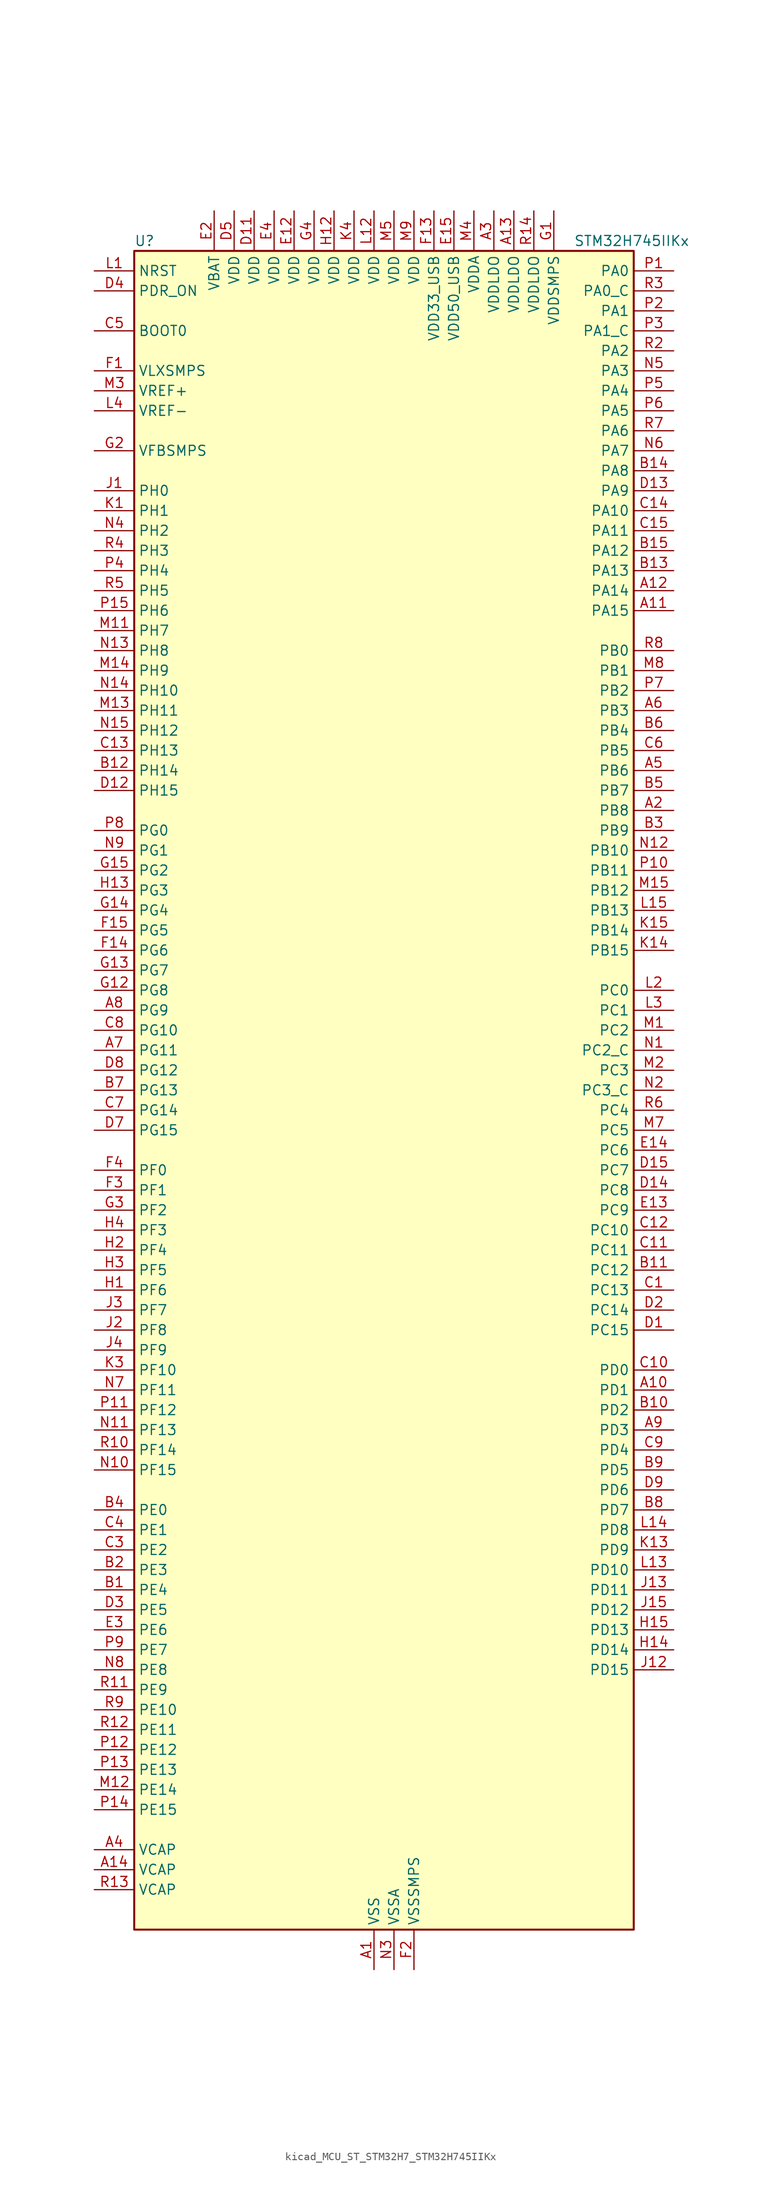
<source format=kicad_sym>
(kicad_symbol_lib
  (version 20220914)
  (generator kicad_symbol_editor)
  (symbol "kicad_MCU_ST_STM32H7_STM32H745IIKx"
    (property "Reference" "U"
      (at -30.48 107.95 0)
      (effects (font (size 1.27 1.27)) (justify left)))
    (property "Value" "STM32H745IIKx"
      (at 25.4 107.95 0)
      (effects (font (size 1.27 1.27)) (justify left)))
    (property "ki_locked" ""
      (at 0 0 0)
      (effects (font (size 1.27 1.27))))
    (symbol "kicad_MCU_ST_STM32H7_STM32H745IIKx_0_1"
      (rectangle (start -30.48 -106.68) (end 33.02 106.68) (stroke (width 0.254) (type default)) (fill (type background))))
    (symbol "kicad_MCU_ST_STM32H7_STM32H745IIKx_1_1"
      (pin power_in line (at 0 -111.76 90) (length 5.08) (name "VSS" (effects (font (size 1.27 1.27)))) (number "A1" (effects (font (size 1.27 1.27)))))
      (pin bidirectional line (at 38.1 -38.1 180) (length 5.08) (name "PD1" (effects (font (size 1.27 1.27)))) (number "A10" (effects (font (size 1.27 1.27)))) (alternate "DFSDM1_DATIN6" bidirectional line) (alternate "FDCAN1_TX" bidirectional line) (alternate "FMC_D3" bidirectional line) (alternate "FMC_DA3" bidirectional line) (alternate "SAI3_SD_A" bidirectional line) (alternate "UART4_TX" bidirectional line))
      (pin bidirectional line (at 38.1 60.96 180) (length 5.08) (name "PA15" (effects (font (size 1.27 1.27)))) (number "A11" (effects (font (size 1.27 1.27)))) (alternate "ADC1_EXTI15" bidirectional line) (alternate "ADC2_EXTI15" bidirectional line) (alternate "ADC3_EXTI15" bidirectional line) (alternate "CEC" bidirectional line) (alternate "DEBUG_JTDI" bidirectional line) (alternate "HRTIM_FLT1" bidirectional line) (alternate "I2S1_WS" bidirectional line) (alternate "I2S3_WS" bidirectional line) (alternate "SPI1_NSS" bidirectional line) (alternate "SPI3_NSS" bidirectional line) (alternate "SPI6_NSS" bidirectional line) (alternate "TIM2_CH1" bidirectional line) (alternate "TIM2_ETR" bidirectional line) (alternate "UART4_DE" bidirectional line) (alternate "UART4_RTS" bidirectional line) (alternate "UART7_TX" bidirectional line))
      (pin bidirectional line (at 38.1 63.5 180) (length 5.08) (name "PA14" (effects (font (size 1.27 1.27)))) (number "A12" (effects (font (size 1.27 1.27)))) (alternate "DEBUG_JTCK-SWCLK" bidirectional line))
      (pin power_in line (at 17.78 111.76 270) (length 5.08) (name "VDDLDO" (effects (font (size 1.27 1.27)))) (number "A13" (effects (font (size 1.27 1.27)))))
      (pin power_out line (at -35.56 -99.06 0) (length 5.08) (name "VCAP" (effects (font (size 1.27 1.27)))) (number "A14" (effects (font (size 1.27 1.27)))))
      (pin passive line (at 0 -111.76 90) (length 5.08) hide (name "VSS" (effects (font (size 1.27 1.27)))) (number "A15" (effects (font (size 1.27 1.27)))))
      (pin bidirectional line (at 38.1 35.56 180) (length 5.08) (name "PB8" (effects (font (size 1.27 1.27)))) (number "A2" (effects (font (size 1.27 1.27)))) (alternate "DCMI_D6" bidirectional line) (alternate "DFSDM1_CKIN7" bidirectional line) (alternate "ETH_TXD3" bidirectional line) (alternate "FDCAN1_RX" bidirectional line) (alternate "I2C1_SCL" bidirectional line) (alternate "I2C4_SCL" bidirectional line) (alternate "LTDC_B6" bidirectional line) (alternate "SDMMC1_CKIN" bidirectional line) (alternate "SDMMC1_D4" bidirectional line) (alternate "SDMMC2_D4" bidirectional line) (alternate "TIM16_CH1" bidirectional line) (alternate "TIM4_CH3" bidirectional line) (alternate "UART4_RX" bidirectional line))
      (pin power_in line (at 15.24 111.76 270) (length 5.08) (name "VDDLDO" (effects (font (size 1.27 1.27)))) (number "A3" (effects (font (size 1.27 1.27)))))
      (pin power_out line (at -35.56 -96.52 0) (length 5.08) (name "VCAP" (effects (font (size 1.27 1.27)))) (number "A4" (effects (font (size 1.27 1.27)))))
      (pin bidirectional line (at 38.1 40.64 180) (length 5.08) (name "PB6" (effects (font (size 1.27 1.27)))) (number "A5" (effects (font (size 1.27 1.27)))) (alternate "CEC" bidirectional line) (alternate "DCMI_D5" bidirectional line) (alternate "DFSDM1_DATIN5" bidirectional line) (alternate "FDCAN2_TX" bidirectional line) (alternate "FMC_SDNE1" bidirectional line) (alternate "HRTIM_EEV8" bidirectional line) (alternate "I2C1_SCL" bidirectional line) (alternate "I2C4_SCL" bidirectional line) (alternate "LPUART1_TX" bidirectional line) (alternate "QUADSPI_BK1_NCS" bidirectional line) (alternate "TIM16_CH1N" bidirectional line) (alternate "TIM4_CH1" bidirectional line) (alternate "UART5_TX" bidirectional line) (alternate "USART1_TX" bidirectional line))
      (pin bidirectional line (at 38.1 48.26 180) (length 5.08) (name "PB3" (effects (font (size 1.27 1.27)))) (number "A6" (effects (font (size 1.27 1.27)))) (alternate "CRS_SYNC" bidirectional line) (alternate "DEBUG_JTDO-SWO" bidirectional line) (alternate "HRTIM_FLT4" bidirectional line) (alternate "I2S1_CK" bidirectional line) (alternate "I2S3_CK" bidirectional line) (alternate "SDMMC2_D2" bidirectional line) (alternate "SPI1_SCK" bidirectional line) (alternate "SPI3_SCK" bidirectional line) (alternate "SPI6_SCK" bidirectional line) (alternate "TIM2_CH2" bidirectional line) (alternate "UART7_RX" bidirectional line))
      (pin bidirectional line (at -35.56 5.08 0) (length 5.08) (name "PG11" (effects (font (size 1.27 1.27)))) (number "A7" (effects (font (size 1.27 1.27)))) (alternate "ADC1_EXTI11" bidirectional line) (alternate "ADC2_EXTI11" bidirectional line) (alternate "ADC3_EXTI11" bidirectional line) (alternate "DCMI_D3" bidirectional line) (alternate "ETH_TX_EN" bidirectional line) (alternate "HRTIM_EEV4" bidirectional line) (alternate "I2S1_CK" bidirectional line) (alternate "LPTIM1_IN2" bidirectional line) (alternate "LTDC_B3" bidirectional line) (alternate "SDMMC2_D2" bidirectional line) (alternate "SPDIFRX1_IN0" bidirectional line) (alternate "SPI1_SCK" bidirectional line))
      (pin bidirectional line (at -35.56 10.16 0) (length 5.08) (name "PG9" (effects (font (size 1.27 1.27)))) (number "A8" (effects (font (size 1.27 1.27)))) (alternate "DAC1_EXTI9" bidirectional line) (alternate "DCMI_VSYNC" bidirectional line) (alternate "FMC_NCE" bidirectional line) (alternate "FMC_NE2" bidirectional line) (alternate "I2S1_SDI" bidirectional line) (alternate "QUADSPI_BK2_IO2" bidirectional line) (alternate "SAI2_FS_B" bidirectional line) (alternate "SPDIFRX1_IN3" bidirectional line) (alternate "SPI1_MISO" bidirectional line) (alternate "USART6_RX" bidirectional line))
      (pin bidirectional line (at 38.1 -43.18 180) (length 5.08) (name "PD3" (effects (font (size 1.27 1.27)))) (number "A9" (effects (font (size 1.27 1.27)))) (alternate "DCMI_D5" bidirectional line) (alternate "DFSDM1_CKOUT" bidirectional line) (alternate "FMC_CLK" bidirectional line) (alternate "I2S2_CK" bidirectional line) (alternate "LTDC_G7" bidirectional line) (alternate "SPI2_SCK" bidirectional line) (alternate "USART2_CTS" bidirectional line) (alternate "USART2_NSS" bidirectional line))
      (pin bidirectional line (at -35.56 -63.5 0) (length 5.08) (name "PE4" (effects (font (size 1.27 1.27)))) (number "B1" (effects (font (size 1.27 1.27)))) (alternate "DCMI_D4" bidirectional line) (alternate "DEBUG_TRACED1" bidirectional line) (alternate "DFSDM1_DATIN3" bidirectional line) (alternate "FMC_A20" bidirectional line) (alternate "LTDC_B0" bidirectional line) (alternate "SAI1_D2" bidirectional line) (alternate "SAI1_FS_A" bidirectional line) (alternate "SAI4_D2" bidirectional line) (alternate "SAI4_FS_A" bidirectional line) (alternate "SPI4_NSS" bidirectional line) (alternate "TIM15_CH1N" bidirectional line))
      (pin bidirectional line (at 38.1 -40.64 180) (length 5.08) (name "PD2" (effects (font (size 1.27 1.27)))) (number "B10" (effects (font (size 1.27 1.27)))) (alternate "DCMI_D11" bidirectional line) (alternate "DEBUG_TRACED2" bidirectional line) (alternate "SDMMC1_CMD" bidirectional line) (alternate "TIM3_ETR" bidirectional line) (alternate "UART5_RX" bidirectional line))
      (pin bidirectional line (at 38.1 -22.86 180) (length 5.08) (name "PC12" (effects (font (size 1.27 1.27)))) (number "B11" (effects (font (size 1.27 1.27)))) (alternate "DCMI_D9" bidirectional line) (alternate "DEBUG_TRACED3" bidirectional line) (alternate "HRTIM_EEV2" bidirectional line) (alternate "I2S3_SDO" bidirectional line) (alternate "SDMMC1_CK" bidirectional line) (alternate "SPI3_MOSI" bidirectional line) (alternate "UART5_TX" bidirectional line) (alternate "USART3_CK" bidirectional line))
      (pin bidirectional line (at -35.56 40.64 0) (length 5.08) (name "PH14" (effects (font (size 1.27 1.27)))) (number "B12" (effects (font (size 1.27 1.27)))) (alternate "DCMI_D4" bidirectional line) (alternate "FDCAN1_RX" bidirectional line) (alternate "FMC_D22" bidirectional line) (alternate "LTDC_G3" bidirectional line) (alternate "TIM8_CH2N" bidirectional line) (alternate "UART4_RX" bidirectional line))
      (pin bidirectional line (at 38.1 66.04 180) (length 5.08) (name "PA13" (effects (font (size 1.27 1.27)))) (number "B13" (effects (font (size 1.27 1.27)))) (alternate "DEBUG_JTMS-SWDIO" bidirectional line))
      (pin bidirectional line (at 38.1 78.74 180) (length 5.08) (name "PA8" (effects (font (size 1.27 1.27)))) (number "B14" (effects (font (size 1.27 1.27)))) (alternate "HRTIM_CHB2" bidirectional line) (alternate "I2C3_SCL" bidirectional line) (alternate "LTDC_B3" bidirectional line) (alternate "LTDC_R6" bidirectional line) (alternate "RCC_MCO_1" bidirectional line) (alternate "TIM1_CH1" bidirectional line) (alternate "TIM8_BKIN2" bidirectional line) (alternate "TIM8_BKIN2_COMP1" bidirectional line) (alternate "TIM8_BKIN2_COMP2" bidirectional line) (alternate "UART7_RX" bidirectional line) (alternate "USART1_CK" bidirectional line) (alternate "USB_OTG_FS_SOF" bidirectional line))
      (pin bidirectional line (at 38.1 68.58 180) (length 5.08) (name "PA12" (effects (font (size 1.27 1.27)))) (number "B15" (effects (font (size 1.27 1.27)))) (alternate "FDCAN1_TX" bidirectional line) (alternate "HRTIM_CHD2" bidirectional line) (alternate "I2S2_CK" bidirectional line) (alternate "LPUART1_DE" bidirectional line) (alternate "LPUART1_RTS" bidirectional line) (alternate "LTDC_R5" bidirectional line) (alternate "SAI2_FS_B" bidirectional line) (alternate "SPI2_SCK" bidirectional line) (alternate "TIM1_ETR" bidirectional line) (alternate "UART4_TX" bidirectional line) (alternate "USART1_DE" bidirectional line) (alternate "USART1_RTS" bidirectional line) (alternate "USB_OTG_FS_DP" bidirectional line))
      (pin bidirectional line (at -35.56 -60.96 0) (length 5.08) (name "PE3" (effects (font (size 1.27 1.27)))) (number "B2" (effects (font (size 1.27 1.27)))) (alternate "DEBUG_TRACED0" bidirectional line) (alternate "FMC_A19" bidirectional line) (alternate "SAI1_SD_B" bidirectional line) (alternate "SAI4_SD_B" bidirectional line) (alternate "TIM15_BKIN" bidirectional line))
      (pin bidirectional line (at 38.1 33.02 180) (length 5.08) (name "PB9" (effects (font (size 1.27 1.27)))) (number "B3" (effects (font (size 1.27 1.27)))) (alternate "DAC1_EXTI9" bidirectional line) (alternate "DCMI_D7" bidirectional line) (alternate "DFSDM1_DATIN7" bidirectional line) (alternate "FDCAN1_TX" bidirectional line) (alternate "I2C1_SDA" bidirectional line) (alternate "I2C4_SDA" bidirectional line) (alternate "I2C4_SMBA" bidirectional line) (alternate "I2S2_WS" bidirectional line) (alternate "LTDC_B7" bidirectional line) (alternate "SDMMC1_CDIR" bidirectional line) (alternate "SDMMC1_D5" bidirectional line) (alternate "SDMMC2_D5" bidirectional line) (alternate "SPI2_NSS" bidirectional line) (alternate "TIM17_CH1" bidirectional line) (alternate "TIM4_CH4" bidirectional line) (alternate "UART4_TX" bidirectional line))
      (pin bidirectional line (at -35.56 -53.34 0) (length 5.08) (name "PE0" (effects (font (size 1.27 1.27)))) (number "B4" (effects (font (size 1.27 1.27)))) (alternate "DCMI_D2" bidirectional line) (alternate "FMC_NBL0" bidirectional line) (alternate "HRTIM_SCIN" bidirectional line) (alternate "LPTIM1_ETR" bidirectional line) (alternate "LPTIM2_ETR" bidirectional line) (alternate "SAI2_MCLK_A" bidirectional line) (alternate "TIM4_ETR" bidirectional line) (alternate "UART8_RX" bidirectional line))
      (pin bidirectional line (at 38.1 38.1 180) (length 5.08) (name "PB7" (effects (font (size 1.27 1.27)))) (number "B5" (effects (font (size 1.27 1.27)))) (alternate "DCMI_VSYNC" bidirectional line) (alternate "DFSDM1_CKIN5" bidirectional line) (alternate "FMC_NL" bidirectional line) (alternate "HRTIM_EEV9" bidirectional line) (alternate "I2C1_SDA" bidirectional line) (alternate "I2C4_SDA" bidirectional line) (alternate "LPUART1_RX" bidirectional line) (alternate "PWR_PVD_IN" bidirectional line) (alternate "TIM17_CH1N" bidirectional line) (alternate "TIM4_CH2" bidirectional line) (alternate "USART1_RX" bidirectional line))
      (pin bidirectional line (at 38.1 45.72 180) (length 5.08) (name "PB4" (effects (font (size 1.27 1.27)))) (number "B6" (effects (font (size 1.27 1.27)))) (alternate "DEBUG_JTRST" bidirectional line) (alternate "HRTIM_EEV6" bidirectional line) (alternate "I2S1_SDI" bidirectional line) (alternate "I2S2_WS" bidirectional line) (alternate "I2S3_SDI" bidirectional line) (alternate "SDMMC2_D3" bidirectional line) (alternate "SPI1_MISO" bidirectional line) (alternate "SPI2_NSS" bidirectional line) (alternate "SPI3_MISO" bidirectional line) (alternate "SPI6_MISO" bidirectional line) (alternate "TIM16_BKIN" bidirectional line) (alternate "TIM3_CH1" bidirectional line) (alternate "UART7_TX" bidirectional line))
      (pin bidirectional line (at -35.56 0 0) (length 5.08) (name "PG13" (effects (font (size 1.27 1.27)))) (number "B7" (effects (font (size 1.27 1.27)))) (alternate "DEBUG_TRACED0" bidirectional line) (alternate "ETH_TXD0" bidirectional line) (alternate "FMC_A24" bidirectional line) (alternate "HRTIM_EEV10" bidirectional line) (alternate "LPTIM1_OUT" bidirectional line) (alternate "LTDC_R0" bidirectional line) (alternate "SPI6_SCK" bidirectional line) (alternate "USART6_CTS" bidirectional line) (alternate "USART6_NSS" bidirectional line))
      (pin bidirectional line (at 38.1 -53.34 180) (length 5.08) (name "PD7" (effects (font (size 1.27 1.27)))) (number "B8" (effects (font (size 1.27 1.27)))) (alternate "DFSDM1_CKIN1" bidirectional line) (alternate "DFSDM1_DATIN4" bidirectional line) (alternate "FMC_NE1" bidirectional line) (alternate "I2S1_SDO" bidirectional line) (alternate "SDMMC2_CMD" bidirectional line) (alternate "SPDIFRX1_IN0" bidirectional line) (alternate "SPI1_MOSI" bidirectional line) (alternate "USART2_CK" bidirectional line))
      (pin bidirectional line (at 38.1 -48.26 180) (length 5.08) (name "PD5" (effects (font (size 1.27 1.27)))) (number "B9" (effects (font (size 1.27 1.27)))) (alternate "FMC_NWE" bidirectional line) (alternate "HRTIM_EEV3" bidirectional line) (alternate "USART2_TX" bidirectional line))
      (pin bidirectional line (at 38.1 -25.4 180) (length 5.08) (name "PC13" (effects (font (size 1.27 1.27)))) (number "C1" (effects (font (size 1.27 1.27)))) (alternate "PWR_WKUP2" bidirectional line) (alternate "RTC_OUT_ALARM" bidirectional line) (alternate "RTC_OUT_CALIB" bidirectional line) (alternate "RTC_TAMP1" bidirectional line) (alternate "RTC_TS" bidirectional line))
      (pin bidirectional line (at 38.1 -35.56 180) (length 5.08) (name "PD0" (effects (font (size 1.27 1.27)))) (number "C10" (effects (font (size 1.27 1.27)))) (alternate "DFSDM1_CKIN6" bidirectional line) (alternate "FDCAN1_RX" bidirectional line) (alternate "FMC_D2" bidirectional line) (alternate "FMC_DA2" bidirectional line) (alternate "SAI3_SCK_A" bidirectional line) (alternate "UART4_RX" bidirectional line))
      (pin bidirectional line (at 38.1 -20.32 180) (length 5.08) (name "PC11" (effects (font (size 1.27 1.27)))) (number "C11" (effects (font (size 1.27 1.27)))) (alternate "ADC1_EXTI11" bidirectional line) (alternate "ADC2_EXTI11" bidirectional line) (alternate "ADC3_EXTI11" bidirectional line) (alternate "DCMI_D4" bidirectional line) (alternate "DFSDM1_DATIN5" bidirectional line) (alternate "HRTIM_FLT2" bidirectional line) (alternate "I2S3_SDI" bidirectional line) (alternate "QUADSPI_BK2_NCS" bidirectional line) (alternate "SDMMC1_D3" bidirectional line) (alternate "SPI3_MISO" bidirectional line) (alternate "UART4_RX" bidirectional line) (alternate "USART3_RX" bidirectional line))
      (pin bidirectional line (at 38.1 -17.78 180) (length 5.08) (name "PC10" (effects (font (size 1.27 1.27)))) (number "C12" (effects (font (size 1.27 1.27)))) (alternate "DCMI_D8" bidirectional line) (alternate "DFSDM1_CKIN5" bidirectional line) (alternate "HRTIM_EEV1" bidirectional line) (alternate "I2S3_CK" bidirectional line) (alternate "LTDC_R2" bidirectional line) (alternate "QUADSPI_BK1_IO1" bidirectional line) (alternate "SDMMC1_D2" bidirectional line) (alternate "SPI3_SCK" bidirectional line) (alternate "UART4_TX" bidirectional line) (alternate "USART3_TX" bidirectional line))
      (pin bidirectional line (at -35.56 43.18 0) (length 5.08) (name "PH13" (effects (font (size 1.27 1.27)))) (number "C13" (effects (font (size 1.27 1.27)))) (alternate "FDCAN1_TX" bidirectional line) (alternate "FMC_D21" bidirectional line) (alternate "LTDC_G2" bidirectional line) (alternate "TIM8_CH1N" bidirectional line) (alternate "UART4_TX" bidirectional line))
      (pin bidirectional line (at 38.1 73.66 180) (length 5.08) (name "PA10" (effects (font (size 1.27 1.27)))) (number "C14" (effects (font (size 1.27 1.27)))) (alternate "DCMI_D1" bidirectional line) (alternate "HRTIM_CHC2" bidirectional line) (alternate "LPUART1_RX" bidirectional line) (alternate "LTDC_B1" bidirectional line) (alternate "LTDC_B4" bidirectional line) (alternate "MDIOS_MDIO" bidirectional line) (alternate "TIM1_CH3" bidirectional line) (alternate "USART1_RX" bidirectional line) (alternate "USB_OTG_FS_ID" bidirectional line))
      (pin bidirectional line (at 38.1 71.12 180) (length 5.08) (name "PA11" (effects (font (size 1.27 1.27)))) (number "C15" (effects (font (size 1.27 1.27)))) (alternate "ADC1_EXTI11" bidirectional line) (alternate "ADC2_EXTI11" bidirectional line) (alternate "ADC3_EXTI11" bidirectional line) (alternate "FDCAN1_RX" bidirectional line) (alternate "HRTIM_CHD1" bidirectional line) (alternate "I2S2_WS" bidirectional line) (alternate "LPUART1_CTS" bidirectional line) (alternate "LTDC_R4" bidirectional line) (alternate "SPI2_NSS" bidirectional line) (alternate "TIM1_CH4" bidirectional line) (alternate "UART4_RX" bidirectional line) (alternate "USART1_CTS" bidirectional line) (alternate "USART1_NSS" bidirectional line) (alternate "USB_OTG_FS_DM" bidirectional line))
      (pin passive line (at 0 -111.76 90) (length 5.08) hide (name "VSS" (effects (font (size 1.27 1.27)))) (number "C2" (effects (font (size 1.27 1.27)))))
      (pin bidirectional line (at -35.56 -58.42 0) (length 5.08) (name "PE2" (effects (font (size 1.27 1.27)))) (number "C3" (effects (font (size 1.27 1.27)))) (alternate "DEBUG_TRACECLK" bidirectional line) (alternate "ETH_TXD3" bidirectional line) (alternate "FMC_A23" bidirectional line) (alternate "QUADSPI_BK1_IO2" bidirectional line) (alternate "SAI1_CK1" bidirectional line) (alternate "SAI1_MCLK_A" bidirectional line) (alternate "SAI4_CK1" bidirectional line) (alternate "SAI4_MCLK_A" bidirectional line) (alternate "SPI4_SCK" bidirectional line))
      (pin bidirectional line (at -35.56 -55.88 0) (length 5.08) (name "PE1" (effects (font (size 1.27 1.27)))) (number "C4" (effects (font (size 1.27 1.27)))) (alternate "DCMI_D3" bidirectional line) (alternate "FMC_NBL1" bidirectional line) (alternate "HRTIM_SCOUT" bidirectional line) (alternate "LPTIM1_IN2" bidirectional line) (alternate "UART8_TX" bidirectional line))
      (pin input line (at -35.56 96.52 0) (length 5.08) (name "BOOT0" (effects (font (size 1.27 1.27)))) (number "C5" (effects (font (size 1.27 1.27)))))
      (pin bidirectional line (at 38.1 43.18 180) (length 5.08) (name "PB5" (effects (font (size 1.27 1.27)))) (number "C6" (effects (font (size 1.27 1.27)))) (alternate "DCMI_D10" bidirectional line) (alternate "ETH_PPS_OUT" bidirectional line) (alternate "FDCAN2_RX" bidirectional line) (alternate "FMC_SDCKE1" bidirectional line) (alternate "HRTIM_EEV7" bidirectional line) (alternate "I2C1_SMBA" bidirectional line) (alternate "I2C4_SMBA" bidirectional line) (alternate "I2S1_SDO" bidirectional line) (alternate "I2S3_SDO" bidirectional line) (alternate "SPI1_MOSI" bidirectional line) (alternate "SPI3_MOSI" bidirectional line) (alternate "SPI6_MOSI" bidirectional line) (alternate "TIM17_BKIN" bidirectional line) (alternate "TIM3_CH2" bidirectional line) (alternate "UART5_RX" bidirectional line) (alternate "USB_OTG_HS_ULPI_D7" bidirectional line))
      (pin bidirectional line (at -35.56 -2.54 0) (length 5.08) (name "PG14" (effects (font (size 1.27 1.27)))) (number "C7" (effects (font (size 1.27 1.27)))) (alternate "DEBUG_TRACED1" bidirectional line) (alternate "ETH_TXD1" bidirectional line) (alternate "FMC_A25" bidirectional line) (alternate "LPTIM1_ETR" bidirectional line) (alternate "LTDC_B0" bidirectional line) (alternate "QUADSPI_BK2_IO3" bidirectional line) (alternate "SPI6_MOSI" bidirectional line) (alternate "USART6_TX" bidirectional line))
      (pin bidirectional line (at -35.56 7.62 0) (length 5.08) (name "PG10" (effects (font (size 1.27 1.27)))) (number "C8" (effects (font (size 1.27 1.27)))) (alternate "DCMI_D2" bidirectional line) (alternate "FMC_NE3" bidirectional line) (alternate "HRTIM_FLT5" bidirectional line) (alternate "I2S1_WS" bidirectional line) (alternate "LTDC_B2" bidirectional line) (alternate "LTDC_G3" bidirectional line) (alternate "SAI2_SD_B" bidirectional line) (alternate "SPI1_NSS" bidirectional line))
      (pin bidirectional line (at 38.1 -45.72 180) (length 5.08) (name "PD4" (effects (font (size 1.27 1.27)))) (number "C9" (effects (font (size 1.27 1.27)))) (alternate "FMC_NOE" bidirectional line) (alternate "HRTIM_FLT3" bidirectional line) (alternate "SAI3_FS_A" bidirectional line) (alternate "USART2_DE" bidirectional line) (alternate "USART2_RTS" bidirectional line))
      (pin bidirectional line (at 38.1 -30.48 180) (length 5.08) (name "PC15" (effects (font (size 1.27 1.27)))) (number "D1" (effects (font (size 1.27 1.27)))) (alternate "ADC1_EXTI15" bidirectional line) (alternate "ADC2_EXTI15" bidirectional line) (alternate "ADC3_EXTI15" bidirectional line) (alternate "RCC_OSC32_OUT" bidirectional line))
      (pin passive line (at 0 -111.76 90) (length 5.08) hide (name "VSS" (effects (font (size 1.27 1.27)))) (number "D10" (effects (font (size 1.27 1.27)))))
      (pin power_in line (at -15.24 111.76 270) (length 5.08) (name "VDD" (effects (font (size 1.27 1.27)))) (number "D11" (effects (font (size 1.27 1.27)))))
      (pin bidirectional line (at -35.56 38.1 0) (length 5.08) (name "PH15" (effects (font (size 1.27 1.27)))) (number "D12" (effects (font (size 1.27 1.27)))) (alternate "ADC1_EXTI15" bidirectional line) (alternate "ADC2_EXTI15" bidirectional line) (alternate "ADC3_EXTI15" bidirectional line) (alternate "DCMI_D11" bidirectional line) (alternate "FMC_D23" bidirectional line) (alternate "LTDC_G4" bidirectional line) (alternate "TIM8_CH3N" bidirectional line))
      (pin bidirectional line (at 38.1 76.2 180) (length 5.08) (name "PA9" (effects (font (size 1.27 1.27)))) (number "D13" (effects (font (size 1.27 1.27)))) (alternate "DAC1_EXTI9" bidirectional line) (alternate "DCMI_D0" bidirectional line) (alternate "HRTIM_CHC1" bidirectional line) (alternate "I2C3_SMBA" bidirectional line) (alternate "I2S2_CK" bidirectional line) (alternate "LPUART1_TX" bidirectional line) (alternate "LTDC_R5" bidirectional line) (alternate "SPI2_SCK" bidirectional line) (alternate "TIM1_CH2" bidirectional line) (alternate "USART1_TX" bidirectional line) (alternate "USB_OTG_FS_VBUS" bidirectional line))
      (pin bidirectional line (at 38.1 -12.7 180) (length 5.08) (name "PC8" (effects (font (size 1.27 1.27)))) (number "D14" (effects (font (size 1.27 1.27)))) (alternate "DCMI_D2" bidirectional line) (alternate "DEBUG_TRACED1" bidirectional line) (alternate "FMC_NCE" bidirectional line) (alternate "FMC_NE2" bidirectional line) (alternate "HRTIM_CHB1" bidirectional line) (alternate "SDMMC1_D0" bidirectional line) (alternate "SWPMI1_RX" bidirectional line) (alternate "TIM3_CH3" bidirectional line) (alternate "TIM8_CH3" bidirectional line) (alternate "UART5_DE" bidirectional line) (alternate "UART5_RTS" bidirectional line) (alternate "USART6_CK" bidirectional line))
      (pin bidirectional line (at 38.1 -10.16 180) (length 5.08) (name "PC7" (effects (font (size 1.27 1.27)))) (number "D15" (effects (font (size 1.27 1.27)))) (alternate "DCMI_D1" bidirectional line) (alternate "DEBUG_TRGIO" bidirectional line) (alternate "DFSDM1_DATIN3" bidirectional line) (alternate "FMC_NE1" bidirectional line) (alternate "HRTIM_CHA2" bidirectional line) (alternate "I2S3_MCK" bidirectional line) (alternate "LTDC_G6" bidirectional line) (alternate "SDMMC1_D123DIR" bidirectional line) (alternate "SDMMC1_D7" bidirectional line) (alternate "SDMMC2_D7" bidirectional line) (alternate "SWPMI1_TX" bidirectional line) (alternate "TIM3_CH2" bidirectional line) (alternate "TIM8_CH2" bidirectional line) (alternate "USART6_RX" bidirectional line))
      (pin bidirectional line (at 38.1 -27.94 180) (length 5.08) (name "PC14" (effects (font (size 1.27 1.27)))) (number "D2" (effects (font (size 1.27 1.27)))) (alternate "RCC_OSC32_IN" bidirectional line))
      (pin bidirectional line (at -35.56 -66.04 0) (length 5.08) (name "PE5" (effects (font (size 1.27 1.27)))) (number "D3" (effects (font (size 1.27 1.27)))) (alternate "DCMI_D6" bidirectional line) (alternate "DEBUG_TRACED2" bidirectional line) (alternate "DFSDM1_CKIN3" bidirectional line) (alternate "FMC_A21" bidirectional line) (alternate "LTDC_G0" bidirectional line) (alternate "SAI1_CK2" bidirectional line) (alternate "SAI1_SCK_A" bidirectional line) (alternate "SAI4_CK2" bidirectional line) (alternate "SAI4_SCK_A" bidirectional line) (alternate "SPI4_MISO" bidirectional line) (alternate "TIM15_CH1" bidirectional line))
      (pin input line (at -35.56 101.6 0) (length 5.08) (name "PDR_ON" (effects (font (size 1.27 1.27)))) (number "D4" (effects (font (size 1.27 1.27)))))
      (pin power_in line (at -17.78 111.76 270) (length 5.08) (name "VDD" (effects (font (size 1.27 1.27)))) (number "D5" (effects (font (size 1.27 1.27)))))
      (pin passive line (at 0 -111.76 90) (length 5.08) hide (name "VSS" (effects (font (size 1.27 1.27)))) (number "D6" (effects (font (size 1.27 1.27)))))
      (pin bidirectional line (at -35.56 -5.08 0) (length 5.08) (name "PG15" (effects (font (size 1.27 1.27)))) (number "D7" (effects (font (size 1.27 1.27)))) (alternate "ADC1_EXTI15" bidirectional line) (alternate "ADC2_EXTI15" bidirectional line) (alternate "ADC3_EXTI15" bidirectional line) (alternate "DCMI_D13" bidirectional line) (alternate "FMC_SDNCAS" bidirectional line) (alternate "USART6_CTS" bidirectional line) (alternate "USART6_NSS" bidirectional line))
      (pin bidirectional line (at -35.56 2.54 0) (length 5.08) (name "PG12" (effects (font (size 1.27 1.27)))) (number "D8" (effects (font (size 1.27 1.27)))) (alternate "ETH_TXD1" bidirectional line) (alternate "FMC_NE4" bidirectional line) (alternate "HRTIM_EEV5" bidirectional line) (alternate "LPTIM1_IN1" bidirectional line) (alternate "LTDC_B1" bidirectional line) (alternate "LTDC_B4" bidirectional line) (alternate "SPDIFRX1_IN1" bidirectional line) (alternate "SPI6_MISO" bidirectional line) (alternate "USART6_DE" bidirectional line) (alternate "USART6_RTS" bidirectional line))
      (pin bidirectional line (at 38.1 -50.8 180) (length 5.08) (name "PD6" (effects (font (size 1.27 1.27)))) (number "D9" (effects (font (size 1.27 1.27)))) (alternate "DCMI_D10" bidirectional line) (alternate "DFSDM1_CKIN4" bidirectional line) (alternate "DFSDM1_DATIN1" bidirectional line) (alternate "FMC_NWAIT" bidirectional line) (alternate "I2S3_SDO" bidirectional line) (alternate "LTDC_B2" bidirectional line) (alternate "SAI1_D1" bidirectional line) (alternate "SAI1_SD_A" bidirectional line) (alternate "SAI4_D1" bidirectional line) (alternate "SAI4_SD_A" bidirectional line) (alternate "SDMMC2_CK" bidirectional line) (alternate "SPI3_MOSI" bidirectional line) (alternate "USART2_RX" bidirectional line))
      (pin passive line (at 0 -111.76 90) (length 5.08) hide (name "VSS" (effects (font (size 1.27 1.27)))) (number "E1" (effects (font (size 1.27 1.27)))))
      (pin power_in line (at -10.16 111.76 270) (length 5.08) (name "VDD" (effects (font (size 1.27 1.27)))) (number "E12" (effects (font (size 1.27 1.27)))))
      (pin bidirectional line (at 38.1 -15.24 180) (length 5.08) (name "PC9" (effects (font (size 1.27 1.27)))) (number "E13" (effects (font (size 1.27 1.27)))) (alternate "DAC1_EXTI9" bidirectional line) (alternate "DCMI_D3" bidirectional line) (alternate "I2C3_SDA" bidirectional line) (alternate "I2S_CKIN" bidirectional line) (alternate "LTDC_B2" bidirectional line) (alternate "LTDC_G3" bidirectional line) (alternate "QUADSPI_BK1_IO0" bidirectional line) (alternate "RCC_MCO_2" bidirectional line) (alternate "SDMMC1_D1" bidirectional line) (alternate "SWPMI1_SUSPEND" bidirectional line) (alternate "TIM3_CH4" bidirectional line) (alternate "TIM8_CH4" bidirectional line) (alternate "UART5_CTS" bidirectional line))
      (pin bidirectional line (at 38.1 -7.62 180) (length 5.08) (name "PC6" (effects (font (size 1.27 1.27)))) (number "E14" (effects (font (size 1.27 1.27)))) (alternate "DCMI_D0" bidirectional line) (alternate "DFSDM1_CKIN3" bidirectional line) (alternate "FMC_NWAIT" bidirectional line) (alternate "HRTIM_CHA1" bidirectional line) (alternate "I2S2_MCK" bidirectional line) (alternate "LTDC_HSYNC" bidirectional line) (alternate "SDMMC1_D0DIR" bidirectional line) (alternate "SDMMC1_D6" bidirectional line) (alternate "SDMMC2_D6" bidirectional line) (alternate "SWPMI1_IO" bidirectional line) (alternate "TIM3_CH1" bidirectional line) (alternate "TIM8_CH1" bidirectional line) (alternate "USART6_TX" bidirectional line))
      (pin power_in line (at 10.16 111.76 270) (length 5.08) (name "VDD50_USB" (effects (font (size 1.27 1.27)))) (number "E15" (effects (font (size 1.27 1.27)))))
      (pin power_in line (at -20.32 111.76 270) (length 5.08) (name "VBAT" (effects (font (size 1.27 1.27)))) (number "E2" (effects (font (size 1.27 1.27)))))
      (pin bidirectional line (at -35.56 -68.58 0) (length 5.08) (name "PE6" (effects (font (size 1.27 1.27)))) (number "E3" (effects (font (size 1.27 1.27)))) (alternate "DCMI_D7" bidirectional line) (alternate "DEBUG_TRACED3" bidirectional line) (alternate "FMC_A22" bidirectional line) (alternate "LTDC_G1" bidirectional line) (alternate "SAI1_D1" bidirectional line) (alternate "SAI1_SD_A" bidirectional line) (alternate "SAI2_MCLK_B" bidirectional line) (alternate "SAI4_D1" bidirectional line) (alternate "SAI4_SD_A" bidirectional line) (alternate "SPI4_MOSI" bidirectional line) (alternate "TIM15_CH2" bidirectional line) (alternate "TIM1_BKIN2" bidirectional line) (alternate "TIM1_BKIN2_COMP1" bidirectional line) (alternate "TIM1_BKIN2_COMP2" bidirectional line))
      (pin power_in line (at -12.7 111.76 270) (length 5.08) (name "VDD" (effects (font (size 1.27 1.27)))) (number "E4" (effects (font (size 1.27 1.27)))))
      (pin power_in line (at -35.56 91.44 0) (length 5.08) (name "VLXSMPS" (effects (font (size 1.27 1.27)))) (number "F1" (effects (font (size 1.27 1.27)))))
      (pin passive line (at 0 -111.76 90) (length 5.08) hide (name "VSS" (effects (font (size 1.27 1.27)))) (number "F10" (effects (font (size 1.27 1.27)))))
      (pin passive line (at 0 -111.76 90) (length 5.08) hide (name "VSS" (effects (font (size 1.27 1.27)))) (number "F12" (effects (font (size 1.27 1.27)))))
      (pin power_in line (at 7.62 111.76 270) (length 5.08) (name "VDD33_USB" (effects (font (size 1.27 1.27)))) (number "F13" (effects (font (size 1.27 1.27)))))
      (pin bidirectional line (at -35.56 17.78 0) (length 5.08) (name "PG6" (effects (font (size 1.27 1.27)))) (number "F14" (effects (font (size 1.27 1.27)))) (alternate "DCMI_D12" bidirectional line) (alternate "FMC_NE3" bidirectional line) (alternate "HRTIM_CHE1" bidirectional line) (alternate "LTDC_R7" bidirectional line) (alternate "QUADSPI_BK1_NCS" bidirectional line) (alternate "TIM17_BKIN" bidirectional line))
      (pin bidirectional line (at -35.56 20.32 0) (length 5.08) (name "PG5" (effects (font (size 1.27 1.27)))) (number "F15" (effects (font (size 1.27 1.27)))) (alternate "FMC_A15" bidirectional line) (alternate "FMC_BA1" bidirectional line) (alternate "TIM1_ETR" bidirectional line))
      (pin power_in line (at 5.08 -111.76 90) (length 5.08) (name "VSSSMPS" (effects (font (size 1.27 1.27)))) (number "F2" (effects (font (size 1.27 1.27)))))
      (pin bidirectional line (at -35.56 -12.7 0) (length 5.08) (name "PF1" (effects (font (size 1.27 1.27)))) (number "F3" (effects (font (size 1.27 1.27)))) (alternate "FMC_A1" bidirectional line) (alternate "I2C2_SCL" bidirectional line))
      (pin bidirectional line (at -35.56 -10.16 0) (length 5.08) (name "PF0" (effects (font (size 1.27 1.27)))) (number "F4" (effects (font (size 1.27 1.27)))) (alternate "FMC_A0" bidirectional line) (alternate "I2C2_SDA" bidirectional line))
      (pin passive line (at 0 -111.76 90) (length 5.08) hide (name "VSS" (effects (font (size 1.27 1.27)))) (number "F6" (effects (font (size 1.27 1.27)))))
      (pin passive line (at 0 -111.76 90) (length 5.08) hide (name "VSS" (effects (font (size 1.27 1.27)))) (number "F7" (effects (font (size 1.27 1.27)))))
      (pin passive line (at 0 -111.76 90) (length 5.08) hide (name "VSS" (effects (font (size 1.27 1.27)))) (number "F8" (effects (font (size 1.27 1.27)))))
      (pin passive line (at 0 -111.76 90) (length 5.08) hide (name "VSS" (effects (font (size 1.27 1.27)))) (number "F9" (effects (font (size 1.27 1.27)))))
      (pin power_in line (at 22.86 111.76 270) (length 5.08) (name "VDDSMPS" (effects (font (size 1.27 1.27)))) (number "G1" (effects (font (size 1.27 1.27)))))
      (pin passive line (at 0 -111.76 90) (length 5.08) hide (name "VSS" (effects (font (size 1.27 1.27)))) (number "G10" (effects (font (size 1.27 1.27)))))
      (pin bidirectional line (at -35.56 12.7 0) (length 5.08) (name "PG8" (effects (font (size 1.27 1.27)))) (number "G12" (effects (font (size 1.27 1.27)))) (alternate "ETH_PPS_OUT" bidirectional line) (alternate "FMC_SDCLK" bidirectional line) (alternate "LTDC_G7" bidirectional line) (alternate "SPDIFRX1_IN2" bidirectional line) (alternate "SPI6_NSS" bidirectional line) (alternate "TIM8_ETR" bidirectional line) (alternate "USART6_DE" bidirectional line) (alternate "USART6_RTS" bidirectional line))
      (pin bidirectional line (at -35.56 15.24 0) (length 5.08) (name "PG7" (effects (font (size 1.27 1.27)))) (number "G13" (effects (font (size 1.27 1.27)))) (alternate "DCMI_D13" bidirectional line) (alternate "FMC_INT" bidirectional line) (alternate "HRTIM_CHE2" bidirectional line) (alternate "LTDC_CLK" bidirectional line) (alternate "SAI1_MCLK_A" bidirectional line) (alternate "USART6_CK" bidirectional line))
      (pin bidirectional line (at -35.56 22.86 0) (length 5.08) (name "PG4" (effects (font (size 1.27 1.27)))) (number "G14" (effects (font (size 1.27 1.27)))) (alternate "FMC_A14" bidirectional line) (alternate "FMC_BA0" bidirectional line) (alternate "TIM1_BKIN2" bidirectional line) (alternate "TIM1_BKIN2_COMP1" bidirectional line) (alternate "TIM1_BKIN2_COMP2" bidirectional line))
      (pin bidirectional line (at -35.56 27.94 0) (length 5.08) (name "PG2" (effects (font (size 1.27 1.27)))) (number "G15" (effects (font (size 1.27 1.27)))) (alternate "FMC_A12" bidirectional line) (alternate "TIM8_BKIN" bidirectional line) (alternate "TIM8_BKIN_COMP1" bidirectional line) (alternate "TIM8_BKIN_COMP2" bidirectional line))
      (pin input line (at -35.56 81.28 0) (length 5.08) (name "VFBSMPS" (effects (font (size 1.27 1.27)))) (number "G2" (effects (font (size 1.27 1.27)))))
      (pin bidirectional line (at -35.56 -15.24 0) (length 5.08) (name "PF2" (effects (font (size 1.27 1.27)))) (number "G3" (effects (font (size 1.27 1.27)))) (alternate "FMC_A2" bidirectional line) (alternate "I2C2_SMBA" bidirectional line))
      (pin power_in line (at -7.62 111.76 270) (length 5.08) (name "VDD" (effects (font (size 1.27 1.27)))) (number "G4" (effects (font (size 1.27 1.27)))))
      (pin passive line (at 0 -111.76 90) (length 5.08) hide (name "VSS" (effects (font (size 1.27 1.27)))) (number "G6" (effects (font (size 1.27 1.27)))))
      (pin passive line (at 0 -111.76 90) (length 5.08) hide (name "VSS" (effects (font (size 1.27 1.27)))) (number "G7" (effects (font (size 1.27 1.27)))))
      (pin passive line (at 0 -111.76 90) (length 5.08) hide (name "VSS" (effects (font (size 1.27 1.27)))) (number "G8" (effects (font (size 1.27 1.27)))))
      (pin passive line (at 0 -111.76 90) (length 5.08) hide (name "VSS" (effects (font (size 1.27 1.27)))) (number "G9" (effects (font (size 1.27 1.27)))))
      (pin bidirectional line (at -35.56 -25.4 0) (length 5.08) (name "PF6" (effects (font (size 1.27 1.27)))) (number "H1" (effects (font (size 1.27 1.27)))) (alternate "ADC3_INN4" bidirectional line) (alternate "ADC3_INP8" bidirectional line) (alternate "QUADSPI_BK1_IO3" bidirectional line) (alternate "SAI1_SD_B" bidirectional line) (alternate "SAI4_SD_B" bidirectional line) (alternate "SPI5_NSS" bidirectional line) (alternate "TIM16_CH1" bidirectional line) (alternate "UART7_RX" bidirectional line))
      (pin passive line (at 0 -111.76 90) (length 5.08) hide (name "VSS" (effects (font (size 1.27 1.27)))) (number "H10" (effects (font (size 1.27 1.27)))))
      (pin power_in line (at -5.08 111.76 270) (length 5.08) (name "VDD" (effects (font (size 1.27 1.27)))) (number "H12" (effects (font (size 1.27 1.27)))))
      (pin bidirectional line (at -35.56 25.4 0) (length 5.08) (name "PG3" (effects (font (size 1.27 1.27)))) (number "H13" (effects (font (size 1.27 1.27)))) (alternate "FMC_A13" bidirectional line) (alternate "TIM8_BKIN2" bidirectional line) (alternate "TIM8_BKIN2_COMP1" bidirectional line) (alternate "TIM8_BKIN2_COMP2" bidirectional line))
      (pin bidirectional line (at 38.1 -71.12 180) (length 5.08) (name "PD14" (effects (font (size 1.27 1.27)))) (number "H14" (effects (font (size 1.27 1.27)))) (alternate "FMC_D0" bidirectional line) (alternate "FMC_DA0" bidirectional line) (alternate "SAI3_MCLK_B" bidirectional line) (alternate "TIM4_CH3" bidirectional line) (alternate "UART8_CTS" bidirectional line))
      (pin bidirectional line (at 38.1 -68.58 180) (length 5.08) (name "PD13" (effects (font (size 1.27 1.27)))) (number "H15" (effects (font (size 1.27 1.27)))) (alternate "FMC_A18" bidirectional line) (alternate "I2C4_SDA" bidirectional line) (alternate "LPTIM1_OUT" bidirectional line) (alternate "QUADSPI_BK1_IO3" bidirectional line) (alternate "SAI2_SCK_A" bidirectional line) (alternate "TIM4_CH2" bidirectional line))
      (pin bidirectional line (at -35.56 -20.32 0) (length 5.08) (name "PF4" (effects (font (size 1.27 1.27)))) (number "H2" (effects (font (size 1.27 1.27)))) (alternate "ADC3_INN5" bidirectional line) (alternate "ADC3_INP9" bidirectional line) (alternate "FMC_A4" bidirectional line))
      (pin bidirectional line (at -35.56 -22.86 0) (length 5.08) (name "PF5" (effects (font (size 1.27 1.27)))) (number "H3" (effects (font (size 1.27 1.27)))) (alternate "ADC3_INP4" bidirectional line) (alternate "FMC_A5" bidirectional line))
      (pin bidirectional line (at -35.56 -17.78 0) (length 5.08) (name "PF3" (effects (font (size 1.27 1.27)))) (number "H4" (effects (font (size 1.27 1.27)))) (alternate "ADC3_INP5" bidirectional line) (alternate "FMC_A3" bidirectional line))
      (pin passive line (at 0 -111.76 90) (length 5.08) hide (name "VSS" (effects (font (size 1.27 1.27)))) (number "H6" (effects (font (size 1.27 1.27)))))
      (pin passive line (at 0 -111.76 90) (length 5.08) hide (name "VSS" (effects (font (size 1.27 1.27)))) (number "H7" (effects (font (size 1.27 1.27)))))
      (pin passive line (at 0 -111.76 90) (length 5.08) hide (name "VSS" (effects (font (size 1.27 1.27)))) (number "H8" (effects (font (size 1.27 1.27)))))
      (pin passive line (at 0 -111.76 90) (length 5.08) hide (name "VSS" (effects (font (size 1.27 1.27)))) (number "H9" (effects (font (size 1.27 1.27)))))
      (pin bidirectional line (at -35.56 76.2 0) (length 5.08) (name "PH0" (effects (font (size 1.27 1.27)))) (number "J1" (effects (font (size 1.27 1.27)))) (alternate "RCC_OSC_IN" bidirectional line))
      (pin passive line (at 0 -111.76 90) (length 5.08) hide (name "VSS" (effects (font (size 1.27 1.27)))) (number "J10" (effects (font (size 1.27 1.27)))))
      (pin bidirectional line (at 38.1 -73.66 180) (length 5.08) (name "PD15" (effects (font (size 1.27 1.27)))) (number "J12" (effects (font (size 1.27 1.27)))) (alternate "ADC1_EXTI15" bidirectional line) (alternate "ADC2_EXTI15" bidirectional line) (alternate "ADC3_EXTI15" bidirectional line) (alternate "FMC_D1" bidirectional line) (alternate "FMC_DA1" bidirectional line) (alternate "SAI3_MCLK_A" bidirectional line) (alternate "TIM4_CH4" bidirectional line) (alternate "UART8_DE" bidirectional line) (alternate "UART8_RTS" bidirectional line))
      (pin bidirectional line (at 38.1 -63.5 180) (length 5.08) (name "PD11" (effects (font (size 1.27 1.27)))) (number "J13" (effects (font (size 1.27 1.27)))) (alternate "ADC1_EXTI11" bidirectional line) (alternate "ADC2_EXTI11" bidirectional line) (alternate "ADC3_EXTI11" bidirectional line) (alternate "FMC_A16" bidirectional line) (alternate "FMC_CLE" bidirectional line) (alternate "I2C4_SMBA" bidirectional line) (alternate "LPTIM2_IN2" bidirectional line) (alternate "QUADSPI_BK1_IO0" bidirectional line) (alternate "SAI2_SD_A" bidirectional line) (alternate "USART3_CTS" bidirectional line) (alternate "USART3_NSS" bidirectional line))
      (pin passive line (at 0 -111.76 90) (length 5.08) hide (name "VSS" (effects (font (size 1.27 1.27)))) (number "J14" (effects (font (size 1.27 1.27)))))
      (pin bidirectional line (at 38.1 -66.04 180) (length 5.08) (name "PD12" (effects (font (size 1.27 1.27)))) (number "J15" (effects (font (size 1.27 1.27)))) (alternate "FMC_A17" bidirectional line) (alternate "FMC_ALE" bidirectional line) (alternate "I2C4_SCL" bidirectional line) (alternate "LPTIM1_IN1" bidirectional line) (alternate "LPTIM2_IN1" bidirectional line) (alternate "QUADSPI_BK1_IO1" bidirectional line) (alternate "SAI2_FS_A" bidirectional line) (alternate "TIM4_CH1" bidirectional line) (alternate "USART3_DE" bidirectional line) (alternate "USART3_RTS" bidirectional line))
      (pin bidirectional line (at -35.56 -30.48 0) (length 5.08) (name "PF8" (effects (font (size 1.27 1.27)))) (number "J2" (effects (font (size 1.27 1.27)))) (alternate "ADC3_INN3" bidirectional line) (alternate "ADC3_INP7" bidirectional line) (alternate "QUADSPI_BK1_IO0" bidirectional line) (alternate "SAI1_SCK_B" bidirectional line) (alternate "SAI4_SCK_B" bidirectional line) (alternate "SPI5_MISO" bidirectional line) (alternate "TIM13_CH1" bidirectional line) (alternate "TIM16_CH1N" bidirectional line) (alternate "UART7_DE" bidirectional line) (alternate "UART7_RTS" bidirectional line))
      (pin bidirectional line (at -35.56 -27.94 0) (length 5.08) (name "PF7" (effects (font (size 1.27 1.27)))) (number "J3" (effects (font (size 1.27 1.27)))) (alternate "ADC3_INP3" bidirectional line) (alternate "QUADSPI_BK1_IO2" bidirectional line) (alternate "SAI1_MCLK_B" bidirectional line) (alternate "SAI4_MCLK_B" bidirectional line) (alternate "SPI5_SCK" bidirectional line) (alternate "TIM17_CH1" bidirectional line) (alternate "UART7_TX" bidirectional line))
      (pin bidirectional line (at -35.56 -33.02 0) (length 5.08) (name "PF9" (effects (font (size 1.27 1.27)))) (number "J4" (effects (font (size 1.27 1.27)))) (alternate "ADC3_INP2" bidirectional line) (alternate "DAC1_EXTI9" bidirectional line) (alternate "QUADSPI_BK1_IO1" bidirectional line) (alternate "SAI1_FS_B" bidirectional line) (alternate "SAI4_FS_B" bidirectional line) (alternate "SPI5_MOSI" bidirectional line) (alternate "TIM14_CH1" bidirectional line) (alternate "TIM17_CH1N" bidirectional line) (alternate "UART7_CTS" bidirectional line))
      (pin passive line (at 0 -111.76 90) (length 5.08) hide (name "VSS" (effects (font (size 1.27 1.27)))) (number "J6" (effects (font (size 1.27 1.27)))))
      (pin passive line (at 0 -111.76 90) (length 5.08) hide (name "VSS" (effects (font (size 1.27 1.27)))) (number "J7" (effects (font (size 1.27 1.27)))))
      (pin passive line (at 0 -111.76 90) (length 5.08) hide (name "VSS" (effects (font (size 1.27 1.27)))) (number "J8" (effects (font (size 1.27 1.27)))))
      (pin passive line (at 0 -111.76 90) (length 5.08) hide (name "VSS" (effects (font (size 1.27 1.27)))) (number "J9" (effects (font (size 1.27 1.27)))))
      (pin bidirectional line (at -35.56 73.66 0) (length 5.08) (name "PH1" (effects (font (size 1.27 1.27)))) (number "K1" (effects (font (size 1.27 1.27)))) (alternate "RCC_OSC_OUT" bidirectional line))
      (pin passive line (at 0 -111.76 90) (length 5.08) hide (name "VSS" (effects (font (size 1.27 1.27)))) (number "K10" (effects (font (size 1.27 1.27)))))
      (pin passive line (at 0 -111.76 90) (length 5.08) hide (name "VSS" (effects (font (size 1.27 1.27)))) (number "K12" (effects (font (size 1.27 1.27)))))
      (pin bidirectional line (at 38.1 -58.42 180) (length 5.08) (name "PD9" (effects (font (size 1.27 1.27)))) (number "K13" (effects (font (size 1.27 1.27)))) (alternate "DAC1_EXTI9" bidirectional line) (alternate "DFSDM1_DATIN3" bidirectional line) (alternate "FMC_D14" bidirectional line) (alternate "FMC_DA14" bidirectional line) (alternate "SAI3_SD_B" bidirectional line) (alternate "USART3_RX" bidirectional line))
      (pin bidirectional line (at 38.1 17.78 180) (length 5.08) (name "PB15" (effects (font (size 1.27 1.27)))) (number "K14" (effects (font (size 1.27 1.27)))) (alternate "ADC1_EXTI15" bidirectional line) (alternate "ADC2_EXTI15" bidirectional line) (alternate "ADC3_EXTI15" bidirectional line) (alternate "DFSDM1_CKIN2" bidirectional line) (alternate "I2S2_SDO" bidirectional line) (alternate "RTC_REFIN" bidirectional line) (alternate "SDMMC2_D1" bidirectional line) (alternate "SPI2_MOSI" bidirectional line) (alternate "TIM12_CH2" bidirectional line) (alternate "TIM1_CH3N" bidirectional line) (alternate "TIM8_CH3N" bidirectional line) (alternate "UART4_CTS" bidirectional line) (alternate "USART1_RX" bidirectional line) (alternate "USB_OTG_HS_DP" bidirectional line))
      (pin bidirectional line (at 38.1 20.32 180) (length 5.08) (name "PB14" (effects (font (size 1.27 1.27)))) (number "K15" (effects (font (size 1.27 1.27)))) (alternate "DFSDM1_DATIN2" bidirectional line) (alternate "I2S2_SDI" bidirectional line) (alternate "SDMMC2_D0" bidirectional line) (alternate "SPI2_MISO" bidirectional line) (alternate "TIM12_CH1" bidirectional line) (alternate "TIM1_CH2N" bidirectional line) (alternate "TIM8_CH2N" bidirectional line) (alternate "UART4_DE" bidirectional line) (alternate "UART4_RTS" bidirectional line) (alternate "USART1_TX" bidirectional line) (alternate "USART3_DE" bidirectional line) (alternate "USART3_RTS" bidirectional line) (alternate "USB_OTG_HS_DM" bidirectional line))
      (pin passive line (at 0 -111.76 90) (length 5.08) hide (name "VSS" (effects (font (size 1.27 1.27)))) (number "K2" (effects (font (size 1.27 1.27)))))
      (pin bidirectional line (at -35.56 -35.56 0) (length 5.08) (name "PF10" (effects (font (size 1.27 1.27)))) (number "K3" (effects (font (size 1.27 1.27)))) (alternate "ADC3_INN2" bidirectional line) (alternate "ADC3_INP6" bidirectional line) (alternate "DCMI_D11" bidirectional line) (alternate "LTDC_DE" bidirectional line) (alternate "QUADSPI_CLK" bidirectional line) (alternate "SAI1_D3" bidirectional line) (alternate "SAI4_D3" bidirectional line) (alternate "TIM16_BKIN" bidirectional line))
      (pin power_in line (at -2.54 111.76 270) (length 5.08) (name "VDD" (effects (font (size 1.27 1.27)))) (number "K4" (effects (font (size 1.27 1.27)))))
      (pin passive line (at 0 -111.76 90) (length 5.08) hide (name "VSS" (effects (font (size 1.27 1.27)))) (number "K6" (effects (font (size 1.27 1.27)))))
      (pin passive line (at 0 -111.76 90) (length 5.08) hide (name "VSS" (effects (font (size 1.27 1.27)))) (number "K7" (effects (font (size 1.27 1.27)))))
      (pin passive line (at 0 -111.76 90) (length 5.08) hide (name "VSS" (effects (font (size 1.27 1.27)))) (number "K8" (effects (font (size 1.27 1.27)))))
      (pin passive line (at 0 -111.76 90) (length 5.08) hide (name "VSS" (effects (font (size 1.27 1.27)))) (number "K9" (effects (font (size 1.27 1.27)))))
      (pin input line (at -35.56 104.14 0) (length 5.08) (name "NRST" (effects (font (size 1.27 1.27)))) (number "L1" (effects (font (size 1.27 1.27)))))
      (pin power_in line (at 0 111.76 270) (length 5.08) (name "VDD" (effects (font (size 1.27 1.27)))) (number "L12" (effects (font (size 1.27 1.27)))))
      (pin bidirectional line (at 38.1 -60.96 180) (length 5.08) (name "PD10" (effects (font (size 1.27 1.27)))) (number "L13" (effects (font (size 1.27 1.27)))) (alternate "DFSDM1_CKOUT" bidirectional line) (alternate "FMC_D15" bidirectional line) (alternate "FMC_DA15" bidirectional line) (alternate "LTDC_B3" bidirectional line) (alternate "SAI3_FS_B" bidirectional line) (alternate "USART3_CK" bidirectional line))
      (pin bidirectional line (at 38.1 -55.88 180) (length 5.08) (name "PD8" (effects (font (size 1.27 1.27)))) (number "L14" (effects (font (size 1.27 1.27)))) (alternate "DFSDM1_CKIN3" bidirectional line) (alternate "FMC_D13" bidirectional line) (alternate "FMC_DA13" bidirectional line) (alternate "SAI3_SCK_B" bidirectional line) (alternate "SPDIFRX1_IN1" bidirectional line) (alternate "USART3_TX" bidirectional line))
      (pin bidirectional line (at 38.1 22.86 180) (length 5.08) (name "PB13" (effects (font (size 1.27 1.27)))) (number "L15" (effects (font (size 1.27 1.27)))) (alternate "DFSDM1_CKIN1" bidirectional line) (alternate "ETH_TXD1" bidirectional line) (alternate "FDCAN2_TX" bidirectional line) (alternate "I2S2_CK" bidirectional line) (alternate "LPTIM2_OUT" bidirectional line) (alternate "SPI2_SCK" bidirectional line) (alternate "TIM1_CH1N" bidirectional line) (alternate "UART5_TX" bidirectional line) (alternate "USART3_CTS" bidirectional line) (alternate "USART3_NSS" bidirectional line) (alternate "USB_OTG_HS_ULPI_D6" bidirectional line) (alternate "USB_OTG_HS_VBUS" bidirectional line))
      (pin bidirectional line (at 38.1 12.7 180) (length 5.08) (name "PC0" (effects (font (size 1.27 1.27)))) (number "L2" (effects (font (size 1.27 1.27)))) (alternate "ADC1_INP10" bidirectional line) (alternate "ADC2_INP10" bidirectional line) (alternate "ADC3_INP10" bidirectional line) (alternate "DFSDM1_CKIN0" bidirectional line) (alternate "DFSDM1_DATIN4" bidirectional line) (alternate "FMC_SDNWE" bidirectional line) (alternate "LTDC_R5" bidirectional line) (alternate "SAI2_FS_B" bidirectional line) (alternate "USB_OTG_HS_ULPI_STP" bidirectional line))
      (pin bidirectional line (at 38.1 10.16 180) (length 5.08) (name "PC1" (effects (font (size 1.27 1.27)))) (number "L3" (effects (font (size 1.27 1.27)))) (alternate "ADC1_INN10" bidirectional line) (alternate "ADC1_INP11" bidirectional line) (alternate "ADC2_INN10" bidirectional line) (alternate "ADC2_INP11" bidirectional line) (alternate "ADC3_INN10" bidirectional line) (alternate "ADC3_INP11" bidirectional line) (alternate "DEBUG_TRACED0" bidirectional line) (alternate "DFSDM1_CKIN4" bidirectional line) (alternate "DFSDM1_DATIN0" bidirectional line) (alternate "ETH_MDC" bidirectional line) (alternate "I2S2_SDO" bidirectional line) (alternate "MDIOS_MDC" bidirectional line) (alternate "PWR_WKUP5" bidirectional line) (alternate "RTC_TAMP3" bidirectional line) (alternate "SAI1_D1" bidirectional line) (alternate "SAI1_SD_A" bidirectional line) (alternate "SAI4_D1" bidirectional line) (alternate "SAI4_SD_A" bidirectional line) (alternate "SDMMC2_CK" bidirectional line) (alternate "SPI2_MOSI" bidirectional line))
      (pin input line (at -35.56 86.36 0) (length 5.08) (name "VREF-" (effects (font (size 1.27 1.27)))) (number "L4" (effects (font (size 1.27 1.27)))))
      (pin bidirectional line (at 38.1 7.62 180) (length 5.08) (name "PC2" (effects (font (size 1.27 1.27)))) (number "M1" (effects (font (size 1.27 1.27)))) (alternate "ADC1_INN11" bidirectional line) (alternate "ADC1_INP12" bidirectional line) (alternate "ADC2_INN11" bidirectional line) (alternate "ADC2_INP12" bidirectional line) (alternate "ADC3_INN11" bidirectional line) (alternate "ADC3_INP12" bidirectional line) (alternate "DFSDM1_CKIN1" bidirectional line) (alternate "DFSDM1_CKOUT" bidirectional line) (alternate "ETH_TXD2" bidirectional line) (alternate "FMC_SDNE0" bidirectional line) (alternate "I2S2_SDI" bidirectional line) (alternate "PWR_CSTOP" bidirectional line) (alternate "SPI2_MISO" bidirectional line) (alternate "USB_OTG_HS_ULPI_DIR" bidirectional line))
      (pin passive line (at 0 -111.76 90) (length 5.08) hide (name "VSS" (effects (font (size 1.27 1.27)))) (number "M10" (effects (font (size 1.27 1.27)))))
      (pin bidirectional line (at -35.56 58.42 0) (length 5.08) (name "PH7" (effects (font (size 1.27 1.27)))) (number "M11" (effects (font (size 1.27 1.27)))) (alternate "DCMI_D9" bidirectional line) (alternate "ETH_RXD3" bidirectional line) (alternate "FMC_SDCKE1" bidirectional line) (alternate "I2C3_SCL" bidirectional line) (alternate "SPI5_MISO" bidirectional line))
      (pin bidirectional line (at -35.56 -88.9 0) (length 5.08) (name "PE14" (effects (font (size 1.27 1.27)))) (number "M12" (effects (font (size 1.27 1.27)))) (alternate "FMC_D11" bidirectional line) (alternate "FMC_DA11" bidirectional line) (alternate "LTDC_CLK" bidirectional line) (alternate "SAI2_MCLK_B" bidirectional line) (alternate "SPI4_MOSI" bidirectional line) (alternate "TIM1_CH4" bidirectional line))
      (pin bidirectional line (at -35.56 48.26 0) (length 5.08) (name "PH11" (effects (font (size 1.27 1.27)))) (number "M13" (effects (font (size 1.27 1.27)))) (alternate "ADC1_EXTI11" bidirectional line) (alternate "ADC2_EXTI11" bidirectional line) (alternate "ADC3_EXTI11" bidirectional line) (alternate "DCMI_D2" bidirectional line) (alternate "FMC_D19" bidirectional line) (alternate "I2C4_SCL" bidirectional line) (alternate "LTDC_R5" bidirectional line) (alternate "TIM5_CH2" bidirectional line))
      (pin bidirectional line (at -35.56 53.34 0) (length 5.08) (name "PH9" (effects (font (size 1.27 1.27)))) (number "M14" (effects (font (size 1.27 1.27)))) (alternate "DAC1_EXTI9" bidirectional line) (alternate "DCMI_D0" bidirectional line) (alternate "FMC_D17" bidirectional line) (alternate "I2C3_SMBA" bidirectional line) (alternate "LTDC_R3" bidirectional line) (alternate "TIM12_CH2" bidirectional line))
      (pin bidirectional line (at 38.1 25.4 180) (length 5.08) (name "PB12" (effects (font (size 1.27 1.27)))) (number "M15" (effects (font (size 1.27 1.27)))) (alternate "DFSDM1_DATIN1" bidirectional line) (alternate "ETH_TXD0" bidirectional line) (alternate "FDCAN2_RX" bidirectional line) (alternate "I2C2_SMBA" bidirectional line) (alternate "I2S2_WS" bidirectional line) (alternate "SPI2_NSS" bidirectional line) (alternate "TIM1_BKIN" bidirectional line) (alternate "TIM1_BKIN_COMP1" bidirectional line) (alternate "TIM1_BKIN_COMP2" bidirectional line) (alternate "UART5_RX" bidirectional line) (alternate "USART3_CK" bidirectional line) (alternate "USB_OTG_HS_ID" bidirectional line) (alternate "USB_OTG_HS_ULPI_D5" bidirectional line))
      (pin bidirectional line (at 38.1 2.54 180) (length 5.08) (name "PC3" (effects (font (size 1.27 1.27)))) (number "M2" (effects (font (size 1.27 1.27)))) (alternate "ADC1_INN12" bidirectional line) (alternate "ADC1_INP13" bidirectional line) (alternate "ADC2_INN12" bidirectional line) (alternate "ADC2_INP13" bidirectional line) (alternate "DFSDM1_DATIN1" bidirectional line) (alternate "ETH_TX_CLK" bidirectional line) (alternate "FMC_SDCKE0" bidirectional line) (alternate "I2S2_SDO" bidirectional line) (alternate "PWR_CSLEEP" bidirectional line) (alternate "SPI2_MOSI" bidirectional line) (alternate "USB_OTG_HS_ULPI_NXT" bidirectional line))
      (pin input line (at -35.56 88.9 0) (length 5.08) (name "VREF+" (effects (font (size 1.27 1.27)))) (number "M3" (effects (font (size 1.27 1.27)))) (alternate "VREFBUF_OUT" bidirectional line))
      (pin power_in line (at 12.7 111.76 270) (length 5.08) (name "VDDA" (effects (font (size 1.27 1.27)))) (number "M4" (effects (font (size 1.27 1.27)))))
      (pin power_in line (at 2.54 111.76 270) (length 5.08) (name "VDD" (effects (font (size 1.27 1.27)))) (number "M5" (effects (font (size 1.27 1.27)))))
      (pin passive line (at 0 -111.76 90) (length 5.08) hide (name "VSS" (effects (font (size 1.27 1.27)))) (number "M6" (effects (font (size 1.27 1.27)))))
      (pin bidirectional line (at 38.1 -5.08 180) (length 5.08) (name "PC5" (effects (font (size 1.27 1.27)))) (number "M7" (effects (font (size 1.27 1.27)))) (alternate "ADC1_INN4" bidirectional line) (alternate "ADC1_INP8" bidirectional line) (alternate "ADC2_INN4" bidirectional line) (alternate "ADC2_INP8" bidirectional line) (alternate "COMP1_OUT" bidirectional line) (alternate "DFSDM1_DATIN2" bidirectional line) (alternate "ETH_RXD1" bidirectional line) (alternate "FMC_SDCKE0" bidirectional line) (alternate "OPAMP1_VINM" bidirectional line) (alternate "OPAMP1_VINM0" bidirectional line) (alternate "SAI1_D3" bidirectional line) (alternate "SAI4_D3" bidirectional line) (alternate "SPDIFRX1_IN3" bidirectional line))
      (pin bidirectional line (at 38.1 53.34 180) (length 5.08) (name "PB1" (effects (font (size 1.27 1.27)))) (number "M8" (effects (font (size 1.27 1.27)))) (alternate "ADC1_INP5" bidirectional line) (alternate "ADC2_INP5" bidirectional line) (alternate "COMP1_INM" bidirectional line) (alternate "DFSDM1_DATIN1" bidirectional line) (alternate "ETH_RXD3" bidirectional line) (alternate "LTDC_G0" bidirectional line) (alternate "LTDC_R6" bidirectional line) (alternate "TIM1_CH3N" bidirectional line) (alternate "TIM3_CH4" bidirectional line) (alternate "TIM8_CH3N" bidirectional line) (alternate "USB_OTG_HS_ULPI_D2" bidirectional line))
      (pin power_in line (at 5.08 111.76 270) (length 5.08) (name "VDD" (effects (font (size 1.27 1.27)))) (number "M9" (effects (font (size 1.27 1.27)))))
      (pin bidirectional line (at 38.1 5.08 180) (length 5.08) (name "PC2_C" (effects (font (size 1.27 1.27)))) (number "N1" (effects (font (size 1.27 1.27)))) (alternate "ADC3_INN1" bidirectional line) (alternate "ADC3_INP0" bidirectional line) (alternate "DFSDM1_CKIN1" bidirectional line) (alternate "DFSDM1_CKOUT" bidirectional line) (alternate "ETH_TXD2" bidirectional line) (alternate "FMC_SDNE0" bidirectional line) (alternate "I2S2_SDI" bidirectional line) (alternate "PWR_CSTOP" bidirectional line) (alternate "SPI2_MISO" bidirectional line) (alternate "USB_OTG_HS_ULPI_DIR" bidirectional line))
      (pin bidirectional line (at -35.56 -48.26 0) (length 5.08) (name "PF15" (effects (font (size 1.27 1.27)))) (number "N10" (effects (font (size 1.27 1.27)))) (alternate "ADC1_EXTI15" bidirectional line) (alternate "ADC2_EXTI15" bidirectional line) (alternate "ADC3_EXTI15" bidirectional line) (alternate "FMC_A9" bidirectional line) (alternate "I2C4_SDA" bidirectional line))
      (pin bidirectional line (at -35.56 -43.18 0) (length 5.08) (name "PF13" (effects (font (size 1.27 1.27)))) (number "N11" (effects (font (size 1.27 1.27)))) (alternate "ADC2_INP2" bidirectional line) (alternate "DFSDM1_DATIN6" bidirectional line) (alternate "FMC_A7" bidirectional line) (alternate "I2C4_SMBA" bidirectional line))
      (pin bidirectional line (at 38.1 30.48 180) (length 5.08) (name "PB10" (effects (font (size 1.27 1.27)))) (number "N12" (effects (font (size 1.27 1.27)))) (alternate "DFSDM1_DATIN7" bidirectional line) (alternate "ETH_RX_ER" bidirectional line) (alternate "HRTIM_SCOUT" bidirectional line) (alternate "I2C2_SCL" bidirectional line) (alternate "I2S2_CK" bidirectional line) (alternate "LPTIM2_IN1" bidirectional line) (alternate "LTDC_G4" bidirectional line) (alternate "QUADSPI_BK1_NCS" bidirectional line) (alternate "SPI2_SCK" bidirectional line) (alternate "TIM2_CH3" bidirectional line) (alternate "USART3_TX" bidirectional line) (alternate "USB_OTG_HS_ULPI_D3" bidirectional line))
      (pin bidirectional line (at -35.56 55.88 0) (length 5.08) (name "PH8" (effects (font (size 1.27 1.27)))) (number "N13" (effects (font (size 1.27 1.27)))) (alternate "DCMI_HSYNC" bidirectional line) (alternate "FMC_D16" bidirectional line) (alternate "I2C3_SDA" bidirectional line) (alternate "LTDC_R2" bidirectional line) (alternate "TIM5_ETR" bidirectional line))
      (pin bidirectional line (at -35.56 50.8 0) (length 5.08) (name "PH10" (effects (font (size 1.27 1.27)))) (number "N14" (effects (font (size 1.27 1.27)))) (alternate "DCMI_D1" bidirectional line) (alternate "FMC_D18" bidirectional line) (alternate "I2C4_SMBA" bidirectional line) (alternate "LTDC_R4" bidirectional line) (alternate "TIM5_CH1" bidirectional line))
      (pin bidirectional line (at -35.56 45.72 0) (length 5.08) (name "PH12" (effects (font (size 1.27 1.27)))) (number "N15" (effects (font (size 1.27 1.27)))) (alternate "DCMI_D3" bidirectional line) (alternate "FMC_D20" bidirectional line) (alternate "I2C4_SDA" bidirectional line) (alternate "LTDC_R6" bidirectional line) (alternate "TIM5_CH3" bidirectional line))
      (pin bidirectional line (at 38.1 0 180) (length 5.08) (name "PC3_C" (effects (font (size 1.27 1.27)))) (number "N2" (effects (font (size 1.27 1.27)))) (alternate "ADC3_INP1" bidirectional line) (alternate "DFSDM1_DATIN1" bidirectional line) (alternate "ETH_TX_CLK" bidirectional line) (alternate "FMC_SDCKE0" bidirectional line) (alternate "I2S2_SDO" bidirectional line) (alternate "PWR_CSLEEP" bidirectional line) (alternate "SPI2_MOSI" bidirectional line) (alternate "USB_OTG_HS_ULPI_NXT" bidirectional line))
      (pin power_in line (at 2.54 -111.76 90) (length 5.08) (name "VSSA" (effects (font (size 1.27 1.27)))) (number "N3" (effects (font (size 1.27 1.27)))))
      (pin bidirectional line (at -35.56 71.12 0) (length 5.08) (name "PH2" (effects (font (size 1.27 1.27)))) (number "N4" (effects (font (size 1.27 1.27)))) (alternate "ADC3_INP13" bidirectional line) (alternate "ETH_CRS" bidirectional line) (alternate "FMC_SDCKE0" bidirectional line) (alternate "LPTIM1_IN2" bidirectional line) (alternate "LTDC_R0" bidirectional line) (alternate "QUADSPI_BK2_IO0" bidirectional line) (alternate "SAI2_SCK_B" bidirectional line))
      (pin bidirectional line (at 38.1 91.44 180) (length 5.08) (name "PA3" (effects (font (size 1.27 1.27)))) (number "N5" (effects (font (size 1.27 1.27)))) (alternate "ADC1_INP15" bidirectional line) (alternate "ADC2_INP15" bidirectional line) (alternate "ETH_COL" bidirectional line) (alternate "LPTIM5_OUT" bidirectional line) (alternate "LTDC_B2" bidirectional line) (alternate "LTDC_B5" bidirectional line) (alternate "TIM15_CH2" bidirectional line) (alternate "TIM2_CH4" bidirectional line) (alternate "TIM5_CH4" bidirectional line) (alternate "USART2_RX" bidirectional line) (alternate "USB_OTG_HS_ULPI_D0" bidirectional line))
      (pin bidirectional line (at 38.1 81.28 180) (length 5.08) (name "PA7" (effects (font (size 1.27 1.27)))) (number "N6" (effects (font (size 1.27 1.27)))) (alternate "ADC1_INN3" bidirectional line) (alternate "ADC1_INP7" bidirectional line) (alternate "ADC2_INN3" bidirectional line) (alternate "ADC2_INP7" bidirectional line) (alternate "ETH_CRS_DV" bidirectional line) (alternate "ETH_RX_DV" bidirectional line) (alternate "FMC_SDNWE" bidirectional line) (alternate "I2S1_SDO" bidirectional line) (alternate "OPAMP1_VINM" bidirectional line) (alternate "OPAMP1_VINM1" bidirectional line) (alternate "SPI1_MOSI" bidirectional line) (alternate "SPI6_MOSI" bidirectional line) (alternate "TIM14_CH1" bidirectional line) (alternate "TIM1_CH1N" bidirectional line) (alternate "TIM3_CH2" bidirectional line) (alternate "TIM8_CH1N" bidirectional line))
      (pin bidirectional line (at -35.56 -38.1 0) (length 5.08) (name "PF11" (effects (font (size 1.27 1.27)))) (number "N7" (effects (font (size 1.27 1.27)))) (alternate "ADC1_EXTI11" bidirectional line) (alternate "ADC1_INP2" bidirectional line) (alternate "ADC2_EXTI11" bidirectional line) (alternate "ADC3_EXTI11" bidirectional line) (alternate "DCMI_D12" bidirectional line) (alternate "FMC_SDNRAS" bidirectional line) (alternate "SAI2_SD_B" bidirectional line) (alternate "SPI5_MOSI" bidirectional line))
      (pin bidirectional line (at -35.56 -73.66 0) (length 5.08) (name "PE8" (effects (font (size 1.27 1.27)))) (number "N8" (effects (font (size 1.27 1.27)))) (alternate "COMP2_OUT" bidirectional line) (alternate "DFSDM1_CKIN2" bidirectional line) (alternate "FMC_D5" bidirectional line) (alternate "FMC_DA5" bidirectional line) (alternate "OPAMP2_VINM" bidirectional line) (alternate "OPAMP2_VINM0" bidirectional line) (alternate "QUADSPI_BK2_IO1" bidirectional line) (alternate "TIM1_CH1N" bidirectional line) (alternate "UART7_TX" bidirectional line))
      (pin bidirectional line (at -35.56 30.48 0) (length 5.08) (name "PG1" (effects (font (size 1.27 1.27)))) (number "N9" (effects (font (size 1.27 1.27)))) (alternate "FMC_A11" bidirectional line) (alternate "OPAMP2_VINM" bidirectional line) (alternate "OPAMP2_VINM1" bidirectional line))
      (pin bidirectional line (at 38.1 104.14 180) (length 5.08) (name "PA0" (effects (font (size 1.27 1.27)))) (number "P1" (effects (font (size 1.27 1.27)))) (alternate "ADC1_INP16" bidirectional line) (alternate "ETH_CRS" bidirectional line) (alternate "PWR_WKUP0" bidirectional line) (alternate "SAI2_SD_B" bidirectional line) (alternate "SDMMC2_CMD" bidirectional line) (alternate "TIM15_BKIN" bidirectional line) (alternate "TIM2_CH1" bidirectional line) (alternate "TIM2_ETR" bidirectional line) (alternate "TIM5_CH1" bidirectional line) (alternate "TIM8_ETR" bidirectional line) (alternate "UART4_TX" bidirectional line) (alternate "USART2_CTS" bidirectional line) (alternate "USART2_NSS" bidirectional line))
      (pin bidirectional line (at 38.1 27.94 180) (length 5.08) (name "PB11" (effects (font (size 1.27 1.27)))) (number "P10" (effects (font (size 1.27 1.27)))) (alternate "ADC1_EXTI11" bidirectional line) (alternate "ADC2_EXTI11" bidirectional line) (alternate "ADC3_EXTI11" bidirectional line) (alternate "DFSDM1_CKIN7" bidirectional line) (alternate "ETH_TX_EN" bidirectional line) (alternate "HRTIM_SCIN" bidirectional line) (alternate "I2C2_SDA" bidirectional line) (alternate "LPTIM2_ETR" bidirectional line) (alternate "LTDC_G5" bidirectional line) (alternate "TIM2_CH4" bidirectional line) (alternate "USART3_RX" bidirectional line) (alternate "USB_OTG_HS_ULPI_D4" bidirectional line))
      (pin bidirectional line (at -35.56 -40.64 0) (length 5.08) (name "PF12" (effects (font (size 1.27 1.27)))) (number "P11" (effects (font (size 1.27 1.27)))) (alternate "ADC1_INN2" bidirectional line) (alternate "ADC1_INP6" bidirectional line) (alternate "FMC_A6" bidirectional line))
      (pin bidirectional line (at -35.56 -83.82 0) (length 5.08) (name "PE12" (effects (font (size 1.27 1.27)))) (number "P12" (effects (font (size 1.27 1.27)))) (alternate "COMP1_OUT" bidirectional line) (alternate "DFSDM1_DATIN5" bidirectional line) (alternate "FMC_D9" bidirectional line) (alternate "FMC_DA9" bidirectional line) (alternate "LTDC_B4" bidirectional line) (alternate "SAI2_SCK_B" bidirectional line) (alternate "SPI4_SCK" bidirectional line) (alternate "TIM1_CH3N" bidirectional line))
      (pin bidirectional line (at -35.56 -86.36 0) (length 5.08) (name "PE13" (effects (font (size 1.27 1.27)))) (number "P13" (effects (font (size 1.27 1.27)))) (alternate "COMP2_OUT" bidirectional line) (alternate "DFSDM1_CKIN5" bidirectional line) (alternate "FMC_D10" bidirectional line) (alternate "FMC_DA10" bidirectional line) (alternate "LTDC_DE" bidirectional line) (alternate "SAI2_FS_B" bidirectional line) (alternate "SPI4_MISO" bidirectional line) (alternate "TIM1_CH3" bidirectional line))
      (pin bidirectional line (at -35.56 -91.44 0) (length 5.08) (name "PE15" (effects (font (size 1.27 1.27)))) (number "P14" (effects (font (size 1.27 1.27)))) (alternate "ADC1_EXTI15" bidirectional line) (alternate "ADC2_EXTI15" bidirectional line) (alternate "ADC3_EXTI15" bidirectional line) (alternate "FMC_D12" bidirectional line) (alternate "FMC_DA12" bidirectional line) (alternate "LTDC_R7" bidirectional line) (alternate "TIM1_BKIN" bidirectional line) (alternate "TIM1_BKIN_COMP1" bidirectional line) (alternate "TIM1_BKIN_COMP2" bidirectional line))
      (pin bidirectional line (at -35.56 60.96 0) (length 5.08) (name "PH6" (effects (font (size 1.27 1.27)))) (number "P15" (effects (font (size 1.27 1.27)))) (alternate "DCMI_D8" bidirectional line) (alternate "ETH_RXD2" bidirectional line) (alternate "FMC_SDNE1" bidirectional line) (alternate "I2C2_SMBA" bidirectional line) (alternate "SPI5_SCK" bidirectional line) (alternate "TIM12_CH1" bidirectional line))
      (pin bidirectional line (at 38.1 99.06 180) (length 5.08) (name "PA1" (effects (font (size 1.27 1.27)))) (number "P2" (effects (font (size 1.27 1.27)))) (alternate "ADC1_INN16" bidirectional line) (alternate "ADC1_INP17" bidirectional line) (alternate "ETH_REF_CLK" bidirectional line) (alternate "ETH_RX_CLK" bidirectional line) (alternate "LPTIM3_OUT" bidirectional line) (alternate "LTDC_R2" bidirectional line) (alternate "QUADSPI_BK1_IO3" bidirectional line) (alternate "SAI2_MCLK_B" bidirectional line) (alternate "TIM15_CH1N" bidirectional line) (alternate "TIM2_CH2" bidirectional line) (alternate "TIM5_CH2" bidirectional line) (alternate "UART4_RX" bidirectional line) (alternate "USART2_DE" bidirectional line) (alternate "USART2_RTS" bidirectional line))
      (pin bidirectional line (at 38.1 96.52 180) (length 5.08) (name "PA1_C" (effects (font (size 1.27 1.27)))) (number "P3" (effects (font (size 1.27 1.27)))) (alternate "ADC1_INP1" bidirectional line) (alternate "ADC2_INP1" bidirectional line) (alternate "ETH_REF_CLK" bidirectional line) (alternate "ETH_RX_CLK" bidirectional line) (alternate "LPTIM3_OUT" bidirectional line) (alternate "LTDC_R2" bidirectional line) (alternate "QUADSPI_BK1_IO3" bidirectional line) (alternate "SAI2_MCLK_B" bidirectional line) (alternate "TIM15_CH1N" bidirectional line) (alternate "TIM2_CH2" bidirectional line) (alternate "TIM5_CH2" bidirectional line) (alternate "UART4_RX" bidirectional line) (alternate "USART2_DE" bidirectional line) (alternate "USART2_RTS" bidirectional line))
      (pin bidirectional line (at -35.56 66.04 0) (length 5.08) (name "PH4" (effects (font (size 1.27 1.27)))) (number "P4" (effects (font (size 1.27 1.27)))) (alternate "ADC3_INN14" bidirectional line) (alternate "ADC3_INP15" bidirectional line) (alternate "I2C2_SCL" bidirectional line) (alternate "LTDC_G4" bidirectional line) (alternate "LTDC_G5" bidirectional line) (alternate "USB_OTG_HS_ULPI_NXT" bidirectional line))
      (pin bidirectional line (at 38.1 88.9 180) (length 5.08) (name "PA4" (effects (font (size 1.27 1.27)))) (number "P5" (effects (font (size 1.27 1.27)))) (alternate "ADC1_INP18" bidirectional line) (alternate "ADC2_INP18" bidirectional line) (alternate "DAC1_OUT1" bidirectional line) (alternate "DCMI_HSYNC" bidirectional line) (alternate "I2S1_WS" bidirectional line) (alternate "I2S3_WS" bidirectional line) (alternate "LTDC_VSYNC" bidirectional line) (alternate "SPI1_NSS" bidirectional line) (alternate "SPI3_NSS" bidirectional line) (alternate "SPI6_NSS" bidirectional line) (alternate "TIM5_ETR" bidirectional line) (alternate "USART2_CK" bidirectional line) (alternate "USB_OTG_HS_SOF" bidirectional line))
      (pin bidirectional line (at 38.1 86.36 180) (length 5.08) (name "PA5" (effects (font (size 1.27 1.27)))) (number "P6" (effects (font (size 1.27 1.27)))) (alternate "ADC1_INN18" bidirectional line) (alternate "ADC1_INP19" bidirectional line) (alternate "ADC2_INN18" bidirectional line) (alternate "ADC2_INP19" bidirectional line) (alternate "DAC1_OUT2" bidirectional line) (alternate "I2S1_CK" bidirectional line) (alternate "LTDC_R4" bidirectional line) (alternate "PWR_NDSTOP2" bidirectional line) (alternate "SPI1_SCK" bidirectional line) (alternate "SPI6_SCK" bidirectional line) (alternate "TIM2_CH1" bidirectional line) (alternate "TIM2_ETR" bidirectional line) (alternate "TIM8_CH1N" bidirectional line) (alternate "USB_OTG_HS_ULPI_CK" bidirectional line))
      (pin bidirectional line (at 38.1 50.8 180) (length 5.08) (name "PB2" (effects (font (size 1.27 1.27)))) (number "P7" (effects (font (size 1.27 1.27)))) (alternate "COMP1_INP" bidirectional line) (alternate "DFSDM1_CKIN1" bidirectional line) (alternate "I2S3_SDO" bidirectional line) (alternate "QUADSPI_CLK" bidirectional line) (alternate "RTC_OUT_ALARM" bidirectional line) (alternate "RTC_OUT_CALIB" bidirectional line) (alternate "SAI1_D1" bidirectional line) (alternate "SAI1_SD_A" bidirectional line) (alternate "SAI4_D1" bidirectional line) (alternate "SAI4_SD_A" bidirectional line) (alternate "SPI3_MOSI" bidirectional line))
      (pin bidirectional line (at -35.56 33.02 0) (length 5.08) (name "PG0" (effects (font (size 1.27 1.27)))) (number "P8" (effects (font (size 1.27 1.27)))) (alternate "FMC_A10" bidirectional line))
      (pin bidirectional line (at -35.56 -71.12 0) (length 5.08) (name "PE7" (effects (font (size 1.27 1.27)))) (number "P9" (effects (font (size 1.27 1.27)))) (alternate "COMP2_INM" bidirectional line) (alternate "DFSDM1_DATIN2" bidirectional line) (alternate "FMC_D4" bidirectional line) (alternate "FMC_DA4" bidirectional line) (alternate "OPAMP2_VOUT" bidirectional line) (alternate "QUADSPI_BK2_IO0" bidirectional line) (alternate "TIM1_ETR" bidirectional line) (alternate "UART7_RX" bidirectional line))
      (pin passive line (at 0 -111.76 90) (length 5.08) hide (name "VSS" (effects (font (size 1.27 1.27)))) (number "R1" (effects (font (size 1.27 1.27)))))
      (pin bidirectional line (at -35.56 -45.72 0) (length 5.08) (name "PF14" (effects (font (size 1.27 1.27)))) (number "R10" (effects (font (size 1.27 1.27)))) (alternate "ADC2_INN2" bidirectional line) (alternate "ADC2_INP6" bidirectional line) (alternate "DFSDM1_CKIN6" bidirectional line) (alternate "FMC_A8" bidirectional line) (alternate "I2C4_SCL" bidirectional line))
      (pin bidirectional line (at -35.56 -76.2 0) (length 5.08) (name "PE9" (effects (font (size 1.27 1.27)))) (number "R11" (effects (font (size 1.27 1.27)))) (alternate "COMP2_INP" bidirectional line) (alternate "DAC1_EXTI9" bidirectional line) (alternate "DFSDM1_CKOUT" bidirectional line) (alternate "FMC_D6" bidirectional line) (alternate "FMC_DA6" bidirectional line) (alternate "OPAMP2_VINP" bidirectional line) (alternate "QUADSPI_BK2_IO2" bidirectional line) (alternate "TIM1_CH1" bidirectional line) (alternate "UART7_DE" bidirectional line) (alternate "UART7_RTS" bidirectional line))
      (pin bidirectional line (at -35.56 -81.28 0) (length 5.08) (name "PE11" (effects (font (size 1.27 1.27)))) (number "R12" (effects (font (size 1.27 1.27)))) (alternate "ADC1_EXTI11" bidirectional line) (alternate "ADC2_EXTI11" bidirectional line) (alternate "ADC3_EXTI11" bidirectional line) (alternate "COMP2_INP" bidirectional line) (alternate "DFSDM1_CKIN4" bidirectional line) (alternate "FMC_D8" bidirectional line) (alternate "FMC_DA8" bidirectional line) (alternate "LTDC_G3" bidirectional line) (alternate "SAI2_SD_B" bidirectional line) (alternate "SPI4_NSS" bidirectional line) (alternate "TIM1_CH2" bidirectional line))
      (pin power_out line (at -35.56 -101.6 0) (length 5.08) (name "VCAP" (effects (font (size 1.27 1.27)))) (number "R13" (effects (font (size 1.27 1.27)))))
      (pin power_in line (at 20.32 111.76 270) (length 5.08) (name "VDDLDO" (effects (font (size 1.27 1.27)))) (number "R14" (effects (font (size 1.27 1.27)))))
      (pin passive line (at 0 -111.76 90) (length 5.08) hide (name "VSS" (effects (font (size 1.27 1.27)))) (number "R15" (effects (font (size 1.27 1.27)))))
      (pin bidirectional line (at 38.1 93.98 180) (length 5.08) (name "PA2" (effects (font (size 1.27 1.27)))) (number "R2" (effects (font (size 1.27 1.27)))) (alternate "ADC1_INP14" bidirectional line) (alternate "ADC2_INP14" bidirectional line) (alternate "ETH_MDIO" bidirectional line) (alternate "LPTIM4_OUT" bidirectional line) (alternate "LTDC_R1" bidirectional line) (alternate "MDIOS_MDIO" bidirectional line) (alternate "PWR_WKUP1" bidirectional line) (alternate "SAI2_SCK_B" bidirectional line) (alternate "TIM15_CH1" bidirectional line) (alternate "TIM2_CH3" bidirectional line) (alternate "TIM5_CH3" bidirectional line) (alternate "USART2_TX" bidirectional line))
      (pin bidirectional line (at 38.1 101.6 180) (length 5.08) (name "PA0_C" (effects (font (size 1.27 1.27)))) (number "R3" (effects (font (size 1.27 1.27)))) (alternate "ADC1_INN1" bidirectional line) (alternate "ADC1_INP0" bidirectional line) (alternate "ADC2_INN1" bidirectional line) (alternate "ADC2_INP0" bidirectional line) (alternate "ETH_CRS" bidirectional line) (alternate "PWR_WKUP0" bidirectional line) (alternate "SAI2_SD_B" bidirectional line) (alternate "SDMMC2_CMD" bidirectional line) (alternate "TIM15_BKIN" bidirectional line) (alternate "TIM2_CH1" bidirectional line) (alternate "TIM2_ETR" bidirectional line) (alternate "TIM5_CH1" bidirectional line) (alternate "TIM8_ETR" bidirectional line) (alternate "UART4_TX" bidirectional line) (alternate "USART2_CTS" bidirectional line) (alternate "USART2_NSS" bidirectional line))
      (pin bidirectional line (at -35.56 68.58 0) (length 5.08) (name "PH3" (effects (font (size 1.27 1.27)))) (number "R4" (effects (font (size 1.27 1.27)))) (alternate "ADC3_INN13" bidirectional line) (alternate "ADC3_INP14" bidirectional line) (alternate "ETH_COL" bidirectional line) (alternate "FMC_SDNE0" bidirectional line) (alternate "LTDC_R1" bidirectional line) (alternate "QUADSPI_BK2_IO1" bidirectional line) (alternate "SAI2_MCLK_B" bidirectional line))
      (pin bidirectional line (at -35.56 63.5 0) (length 5.08) (name "PH5" (effects (font (size 1.27 1.27)))) (number "R5" (effects (font (size 1.27 1.27)))) (alternate "ADC3_INN15" bidirectional line) (alternate "ADC3_INP16" bidirectional line) (alternate "FMC_SDNWE" bidirectional line) (alternate "I2C2_SDA" bidirectional line) (alternate "SPI5_NSS" bidirectional line))
      (pin bidirectional line (at 38.1 -2.54 180) (length 5.08) (name "PC4" (effects (font (size 1.27 1.27)))) (number "R6" (effects (font (size 1.27 1.27)))) (alternate "ADC1_INP4" bidirectional line) (alternate "ADC2_INP4" bidirectional line) (alternate "COMP1_INM" bidirectional line) (alternate "DFSDM1_CKIN2" bidirectional line) (alternate "ETH_RXD0" bidirectional line) (alternate "FMC_SDNE0" bidirectional line) (alternate "I2S1_MCK" bidirectional line) (alternate "OPAMP1_VOUT" bidirectional line) (alternate "SPDIFRX1_IN2" bidirectional line))
      (pin bidirectional line (at 38.1 83.82 180) (length 5.08) (name "PA6" (effects (font (size 1.27 1.27)))) (number "R7" (effects (font (size 1.27 1.27)))) (alternate "ADC1_INP3" bidirectional line) (alternate "ADC2_INP3" bidirectional line) (alternate "DCMI_PIXCLK" bidirectional line) (alternate "I2S1_SDI" bidirectional line) (alternate "LTDC_G2" bidirectional line) (alternate "MDIOS_MDC" bidirectional line) (alternate "SPI1_MISO" bidirectional line) (alternate "SPI6_MISO" bidirectional line) (alternate "TIM13_CH1" bidirectional line) (alternate "TIM1_BKIN" bidirectional line) (alternate "TIM1_BKIN_COMP1" bidirectional line) (alternate "TIM1_BKIN_COMP2" bidirectional line) (alternate "TIM3_CH1" bidirectional line) (alternate "TIM8_BKIN" bidirectional line) (alternate "TIM8_BKIN_COMP1" bidirectional line) (alternate "TIM8_BKIN_COMP2" bidirectional line))
      (pin bidirectional line (at 38.1 55.88 180) (length 5.08) (name "PB0" (effects (font (size 1.27 1.27)))) (number "R8" (effects (font (size 1.27 1.27)))) (alternate "ADC1_INN5" bidirectional line) (alternate "ADC1_INP9" bidirectional line) (alternate "ADC2_INN5" bidirectional line) (alternate "ADC2_INP9" bidirectional line) (alternate "COMP1_INP" bidirectional line) (alternate "DFSDM1_CKOUT" bidirectional line) (alternate "ETH_RXD2" bidirectional line) (alternate "LTDC_G1" bidirectional line) (alternate "LTDC_R3" bidirectional line) (alternate "OPAMP1_VINP" bidirectional line) (alternate "TIM1_CH2N" bidirectional line) (alternate "TIM3_CH3" bidirectional line) (alternate "TIM8_CH2N" bidirectional line) (alternate "UART4_CTS" bidirectional line) (alternate "USB_OTG_HS_ULPI_D1" bidirectional line))
      (pin bidirectional line (at -35.56 -78.74 0) (length 5.08) (name "PE10" (effects (font (size 1.27 1.27)))) (number "R9" (effects (font (size 1.27 1.27)))) (alternate "COMP2_INM" bidirectional line) (alternate "DFSDM1_DATIN4" bidirectional line) (alternate "FMC_D7" bidirectional line) (alternate "FMC_DA7" bidirectional line) (alternate "QUADSPI_BK2_IO3" bidirectional line) (alternate "TIM1_CH2N" bidirectional line) (alternate "UART7_CTS" bidirectional line)))))
</source>
